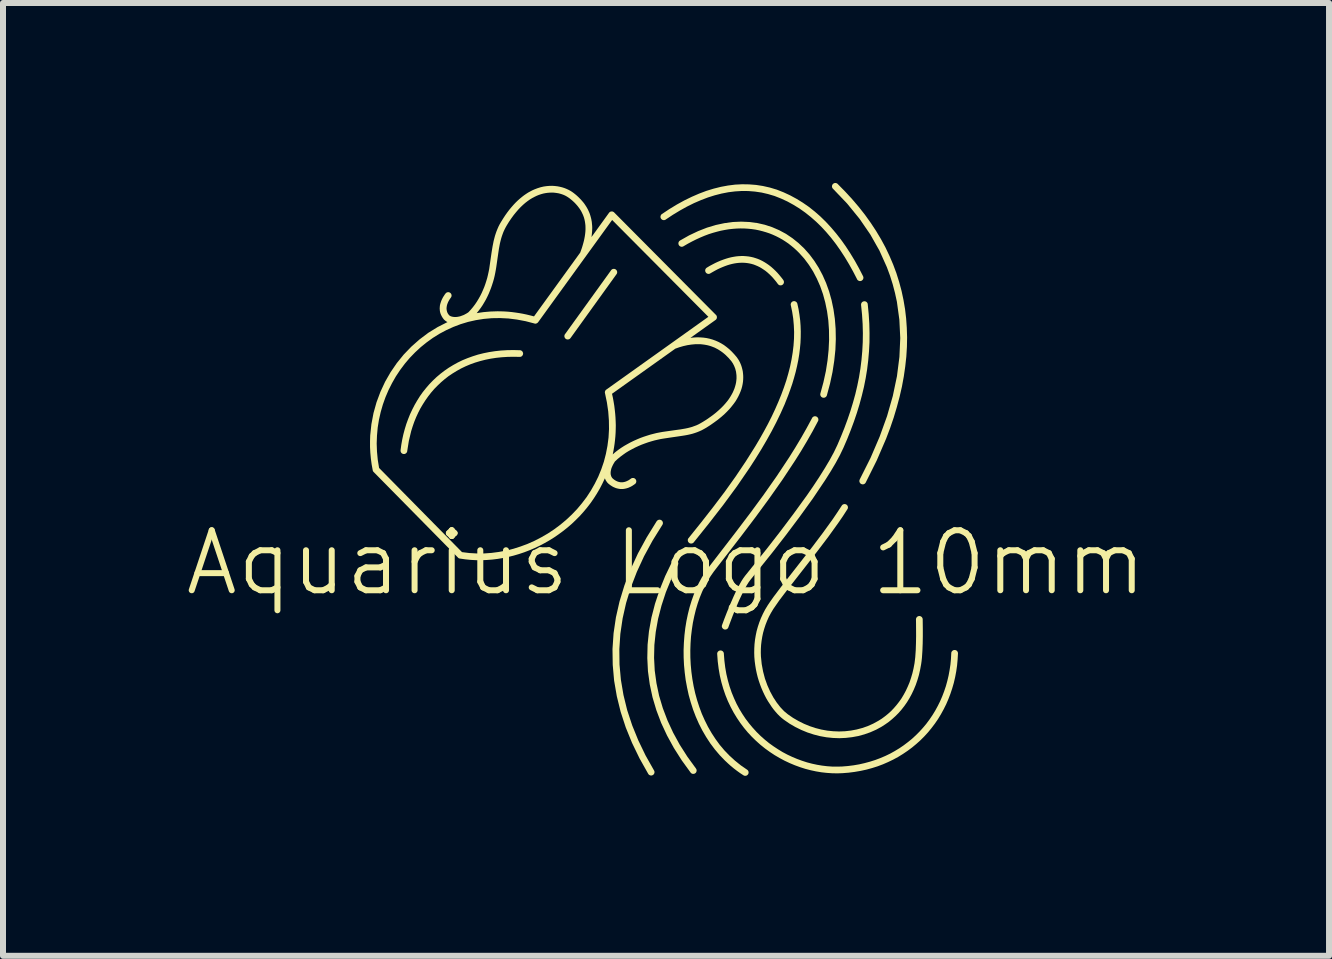
<source format=kicad_pcb>
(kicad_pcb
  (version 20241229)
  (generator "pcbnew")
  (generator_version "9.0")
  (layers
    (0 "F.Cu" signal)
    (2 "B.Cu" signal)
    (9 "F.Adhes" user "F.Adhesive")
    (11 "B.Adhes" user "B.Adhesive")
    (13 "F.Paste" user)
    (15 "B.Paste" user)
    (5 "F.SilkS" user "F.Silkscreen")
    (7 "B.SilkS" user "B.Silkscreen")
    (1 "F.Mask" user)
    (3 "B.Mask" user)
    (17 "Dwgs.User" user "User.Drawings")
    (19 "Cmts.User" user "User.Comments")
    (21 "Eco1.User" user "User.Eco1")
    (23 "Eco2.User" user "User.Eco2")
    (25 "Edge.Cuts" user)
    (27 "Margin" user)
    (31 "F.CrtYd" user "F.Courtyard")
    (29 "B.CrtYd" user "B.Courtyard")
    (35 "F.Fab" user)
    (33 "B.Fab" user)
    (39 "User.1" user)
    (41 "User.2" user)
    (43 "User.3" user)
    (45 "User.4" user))
  (footprint "Aquarius Logo 10mm"
    (layer "F.Cu")
    (at 8.02 4.91)
    (property "Reference" "Aquarius Logo 10mm" (at 0.03 1.42 0) (unlocked yes) (layer "F.SilkS") (effects (font (size 1 1) (thickness 0.1))))
    (fp_poly (pts (xy -0.838 -3.479) (xy -0.836 -3.479) (xy -0.833 -3.479) (xy -0.83 -3.478) (xy -0.828 -3.478) (xy -0.825 -3.477) (xy -0.822 -3.476) (xy -0.82 -3.475) (xy -0.817 -3.474) (xy -0.815 -3.473) (xy -0.812 -3.472) (xy -0.81 -3.47) (xy -0.807 -3.469) (xy -0.805 -3.467) (xy -0.803 -3.465) (xy -0.801 -3.463) (xy -0.799 -3.461) (xy -0.797 -3.459) (xy -0.795 -3.457) (xy -0.794 -3.455) (xy -0.792 -3.452) (xy -0.791 -3.45) (xy -0.79 -3.448) (xy -0.789 -3.445) (xy -0.788 -3.443) (xy -0.787 -3.44) (xy -0.786 -3.437) (xy -0.785 -3.435) (xy -0.785 -3.432) (xy -0.784 -3.429) (xy -0.784 -3.427) (xy -0.784 -3.424) (xy -0.784 -3.421) (xy -0.784 -3.419) (xy -0.785 -3.416) (xy -0.785 -3.413) (xy -0.785 -3.411) (xy -0.786 -3.408) (xy -0.787 -3.405) (xy -0.788 -3.403) (xy -0.789 -3.4) (xy -0.79 -3.398) (xy -0.792 -3.395) (xy -0.793 -3.393) (xy -0.795 -3.39) (xy -1.562 -2.325) (xy -1.564 -2.323) (xy -1.566 -2.321) (xy -1.568 -2.319) (xy -1.57 -2.317) (xy -1.572 -2.315) (xy -1.574 -2.313) (xy -1.576 -2.312) (xy -1.579 -2.31) (xy -1.581 -2.309) (xy -1.583 -2.308) (xy -1.586 -2.307) (xy -1.588 -2.306) (xy -1.591 -2.305) (xy -1.594 -2.304) (xy -1.596 -2.303) (xy -1.599 -2.303) (xy -1.602 -2.303) (xy -1.604 -2.302) (xy -1.607 -2.302) (xy -1.61 -2.302) (xy -1.612 -2.302) (xy -1.615 -2.303) (xy -1.618 -2.303) (xy -1.62 -2.304) (xy -1.623 -2.304) (xy -1.626 -2.305) (xy -1.628 -2.306) (xy -1.631 -2.307) (xy -1.633 -2.308) (xy -1.636 -2.31) (xy -1.638 -2.311) (xy -1.641 -2.313) (xy -1.643 -2.315) (xy -1.645 -2.316) (xy -1.647 -2.318) (xy -1.649 -2.32) (xy -1.651 -2.322) (xy -1.653 -2.325) (xy -1.654 -2.327) (xy -1.656 -2.329) (xy -1.657 -2.331) (xy -1.658 -2.334) (xy -1.659 -2.336) (xy -1.66 -2.339) (xy -1.661 -2.341) (xy -1.662 -2.344) (xy -1.663 -2.347) (xy -1.663 -2.349) (xy -1.663 -2.352) (xy -1.664 -2.355) (xy -1.664 -2.357) (xy -1.664 -2.36) (xy -1.664 -2.363) (xy -1.663 -2.365) (xy -1.663 -2.368) (xy -1.662 -2.371) (xy -1.662 -2.373) (xy -1.661 -2.376) (xy -1.66 -2.379) (xy -1.659 -2.381) (xy -1.658 -2.384) (xy -1.656 -2.386) (xy -1.655 -2.389) (xy -1.653 -2.391) (xy -0.885 -3.456) (xy -0.884 -3.458) (xy -0.882 -3.46) (xy -0.88 -3.462) (xy -0.878 -3.464) (xy -0.876 -3.466) (xy -0.874 -3.468) (xy -0.871 -3.47) (xy -0.869 -3.471) (xy -0.867 -3.472) (xy -0.864 -3.474) (xy -0.862 -3.475) (xy -0.859 -3.476) (xy -0.857 -3.477) (xy -0.854 -3.477) (xy -0.852 -3.478) (xy -0.849 -3.478) (xy -0.846 -3.479) (xy -0.844 -3.479) (xy -0.841 -3.479)) (stroke (width -0.000001) (type solid)) (fill yes) (layer "F.SilkS"))
    (fp_poly (pts (xy -0.076 0.701) (xy -0.073 0.702) (xy -0.07 0.702) (xy -0.068 0.702) (xy -0.065 0.703) (xy -0.062 0.704) (xy -0.06 0.704) (xy -0.057 0.705) (xy -0.054 0.706) (xy -0.052 0.708) (xy -0.049 0.709) (xy -0.047 0.711) (xy -0.045 0.712) (xy -0.042 0.714) (xy -0.04 0.716) (xy -0.038 0.718) (xy -0.036 0.72) (xy -0.035 0.722) (xy -0.033 0.724) (xy -0.031 0.726) (xy -0.03 0.729) (xy -0.029 0.731) (xy -0.027 0.733) (xy -0.026 0.736) (xy -0.025 0.738) (xy -0.024 0.741) (xy -0.024 0.743) (xy -0.023 0.746) (xy -0.023 0.749) (xy -0.022 0.751) (xy -0.022 0.754) (xy -0.022 0.757) (xy -0.022 0.759) (xy -0.022 0.762) (xy -0.022 0.765) (xy -0.023 0.768) (xy -0.023 0.77) (xy -0.024 0.773) (xy -0.025 0.775) (xy -0.026 0.778) (xy -0.027 0.781) (xy -0.028 0.783) (xy -0.03 0.786) (xy -0.031 0.788) (xy -0.194 1.05) (xy -0.336 1.311) (xy -0.456 1.571) (xy -0.556 1.83) (xy -0.635 2.089) (xy -0.693 2.346) (xy -0.731 2.603) (xy -0.748 2.859) (xy -0.745 3.115) (xy -0.722 3.369) (xy -0.679 3.623) (xy -0.617 3.876) (xy -0.534 4.128) (xy -0.432 4.379) (xy -0.311 4.63) (xy -0.17 4.88) (xy -0.169 4.882) (xy -0.167 4.885) (xy -0.166 4.888) (xy -0.165 4.89) (xy -0.164 4.893) (xy -0.164 4.895) (xy -0.163 4.898) (xy -0.162 4.901) (xy -0.162 4.904) (xy -0.162 4.906) (xy -0.162 4.909) (xy -0.162 4.912) (xy -0.162 4.914) (xy -0.163 4.917) (xy -0.163 4.92) (xy -0.164 4.922) (xy -0.164 4.925) (xy -0.165 4.927) (xy -0.166 4.93) (xy -0.167 4.932) (xy -0.168 4.935) (xy -0.17 4.937) (xy -0.171 4.939) (xy -0.173 4.942) (xy -0.174 4.944) (xy -0.176 4.946) (xy -0.178 4.948) (xy -0.18 4.95) (xy -0.182 4.952) (xy -0.184 4.954) (xy -0.187 4.955) (xy -0.189 4.957) (xy -0.192 4.958) (xy -0.194 4.959) (xy -0.197 4.961) (xy -0.199 4.962) (xy -0.202 4.962) (xy -0.205 4.963) (xy -0.207 4.964) (xy -0.21 4.964) (xy -0.213 4.964) (xy -0.215 4.965) (xy -0.218 4.965) (xy -0.221 4.965) (xy -0.223 4.964) (xy -0.226 4.964) (xy -0.229 4.964) (xy -0.231 4.963) (xy -0.234 4.962) (xy -0.236 4.962) (xy -0.239 4.961) (xy -0.241 4.959) (xy -0.244 4.958) (xy -0.246 4.957) (xy -0.249 4.956) (xy -0.251 4.954) (xy -0.253 4.952) (xy -0.255 4.951) (xy -0.257 4.949) (xy -0.259 4.947) (xy -0.261 4.945) (xy -0.263 4.942) (xy -0.264 4.94) (xy -0.266 4.938) (xy -0.411 4.68) (xy -0.536 4.422) (xy -0.641 4.164) (xy -0.726 3.904) (xy -0.79 3.644) (xy -0.835 3.383) (xy -0.858 3.121) (xy -0.862 2.858) (xy -0.844 2.594) (xy -0.805 2.33) (xy -0.745 2.065) (xy -0.664 1.799) (xy -0.562 1.532) (xy -0.438 1.264) (xy -0.292 0.996) (xy -0.125 0.726) (xy -0.123 0.724) (xy -0.121 0.722) (xy -0.119 0.72) (xy -0.117 0.718) (xy -0.115 0.716) (xy -0.113 0.714) (xy -0.111 0.712) (xy -0.109 0.711) (xy -0.107 0.709) (xy -0.104 0.708) (xy -0.102 0.707) (xy -0.099 0.706) (xy -0.097 0.705) (xy -0.094 0.704) (xy -0.092 0.703) (xy -0.089 0.702) (xy -0.086 0.702) (xy -0.084 0.702) (xy -0.081 0.701) (xy -0.078 0.701)) (stroke (width -0.000001) (type solid)) (fill yes) (layer "F.SilkS"))
    (fp_poly (pts (xy 0.18 1.375) (xy 0.183 1.375) (xy 0.185 1.376) (xy 0.188 1.376) (xy 0.191 1.377) (xy 0.193 1.377) (xy 0.196 1.378) (xy 0.199 1.379) (xy 0.201 1.38) (xy 0.204 1.381) (xy 0.206 1.383) (xy 0.209 1.384) (xy 0.211 1.386) (xy 0.213 1.388) (xy 0.216 1.389) (xy 0.218 1.391) (xy 0.219 1.393) (xy 0.221 1.395) (xy 0.223 1.397) (xy 0.225 1.4) (xy 0.226 1.402) (xy 0.227 1.404) (xy 0.229 1.407) (xy 0.23 1.409) (xy 0.231 1.411) (xy 0.232 1.414) (xy 0.232 1.417) (xy 0.233 1.419) (xy 0.234 1.422) (xy 0.234 1.424) (xy 0.234 1.427) (xy 0.234 1.43) (xy 0.234 1.433) (xy 0.234 1.435) (xy 0.234 1.438) (xy 0.233 1.441) (xy 0.233 1.443) (xy 0.232 1.446) (xy 0.231 1.449) (xy 0.23 1.451) (xy 0.229 1.454) (xy 0.228 1.457) (xy 0.12 1.684) (xy 0.028 1.909) (xy -0.045 2.132) (xy -0.102 2.353) (xy -0.141 2.572) (xy -0.164 2.789) (xy -0.169 3.003) (xy -0.158 3.216) (xy -0.129 3.427) (xy -0.085 3.636) (xy -0.023 3.843) (xy 0.055 4.048) (xy 0.149 4.251) (xy 0.259 4.452) (xy 0.386 4.651) (xy 0.529 4.848) (xy 0.53 4.85) (xy 0.532 4.853) (xy 0.533 4.855) (xy 0.535 4.858) (xy 0.536 4.86) (xy 0.537 4.863) (xy 0.538 4.865) (xy 0.538 4.868) (xy 0.539 4.871) (xy 0.54 4.873) (xy 0.54 4.876) (xy 0.54 4.879) (xy 0.54 4.881) (xy 0.54 4.884) (xy 0.54 4.887) (xy 0.54 4.889) (xy 0.539 4.892) (xy 0.539 4.895) (xy 0.538 4.897) (xy 0.537 4.9) (xy 0.536 4.902) (xy 0.535 4.905) (xy 0.534 4.907) (xy 0.533 4.91) (xy 0.532 4.912) (xy 0.53 4.914) (xy 0.528 4.917) (xy 0.527 4.919) (xy 0.525 4.921) (xy 0.523 4.923) (xy 0.521 4.925) (xy 0.518 4.926) (xy 0.516 4.928) (xy 0.514 4.93) (xy 0.511 4.931) (xy 0.509 4.932) (xy 0.506 4.934) (xy 0.504 4.935) (xy 0.501 4.935) (xy 0.498 4.936) (xy 0.496 4.937) (xy 0.493 4.937) (xy 0.49 4.938) (xy 0.488 4.938) (xy 0.485 4.938) (xy 0.482 4.938) (xy 0.48 4.938) (xy 0.477 4.938) (xy 0.474 4.937) (xy 0.472 4.937) (xy 0.469 4.936) (xy 0.467 4.935) (xy 0.464 4.934) (xy 0.462 4.933) (xy 0.459 4.932) (xy 0.457 4.931) (xy 0.454 4.929) (xy 0.452 4.928) (xy 0.45 4.926) (xy 0.448 4.924) (xy 0.446 4.923) (xy 0.444 4.921) (xy 0.442 4.918) (xy 0.44 4.916) (xy 0.292 4.712) (xy 0.161 4.506) (xy 0.047 4.298) (xy -0.051 4.088) (xy -0.131 3.876) (xy -0.195 3.661) (xy -0.241 3.445) (xy -0.271 3.227) (xy -0.282 3.007) (xy -0.277 2.784) (xy -0.254 2.56) (xy -0.213 2.333) (xy -0.154 2.104) (xy -0.078 1.874) (xy 0.016 1.641) (xy 0.129 1.406) (xy 0.13 1.403) (xy 0.131 1.401) (xy 0.133 1.398) (xy 0.135 1.396) (xy 0.137 1.394) (xy 0.138 1.392) (xy 0.14 1.39) (xy 0.142 1.388) (xy 0.145 1.386) (xy 0.147 1.385) (xy 0.149 1.383) (xy 0.151 1.382) (xy 0.154 1.381) (xy 0.156 1.38) (xy 0.159 1.379) (xy 0.161 1.378) (xy 0.164 1.377) (xy 0.166 1.376) (xy 0.169 1.376) (xy 0.172 1.376) (xy 0.174 1.375) (xy 0.177 1.375)) (stroke (width -0.000001) (type solid)) (fill yes) (layer "F.SilkS"))
    (fp_poly (pts (xy 2.854 -4.91) (xy 2.857 -4.91) (xy 2.859 -4.91) (xy 2.862 -4.909) (xy 2.865 -4.909) (xy 2.867 -4.908) (xy 2.87 -4.907) (xy 2.872 -4.906) (xy 2.875 -4.905) (xy 2.877 -4.904) (xy 2.88 -4.903) (xy 2.882 -4.901) (xy 2.885 -4.9) (xy 2.887 -4.898) (xy 2.889 -4.896) (xy 2.891 -4.894) (xy 3.015 -4.768) (xy 3.132 -4.641) (xy 3.243 -4.511) (xy 3.346 -4.38) (xy 3.442 -4.246) (xy 3.531 -4.111) (xy 3.613 -3.974) (xy 3.688 -3.835) (xy 3.755 -3.694) (xy 3.816 -3.551) (xy 3.87 -3.406) (xy 3.916 -3.259) (xy 3.956 -3.11) (xy 3.988 -2.96) (xy 4.014 -2.807) (xy 4.032 -2.653) (xy 4.043 -2.496) (xy 4.048 -2.338) (xy 4.045 -2.177) (xy 4.035 -2.015) (xy 4.017 -1.851) (xy 3.993 -1.685) (xy 3.962 -1.517) (xy 3.923 -1.347) (xy 3.877 -1.175) (xy 3.825 -1.001) (xy 3.765 -0.825) (xy 3.698 -0.648) (xy 3.542 -0.286) (xy 3.358 0.083) (xy 3.357 0.085) (xy 3.355 0.088) (xy 3.353 0.09) (xy 3.352 0.092) (xy 3.35 0.094) (xy 3.348 0.096) (xy 3.346 0.098) (xy 3.344 0.1) (xy 3.342 0.101) (xy 3.34 0.103) (xy 3.337 0.104) (xy 3.335 0.106) (xy 3.332 0.107) (xy 3.33 0.108) (xy 3.328 0.109) (xy 3.325 0.11) (xy 3.322 0.111) (xy 3.32 0.111) (xy 3.317 0.112) (xy 3.314 0.112) (xy 3.312 0.112) (xy 3.309 0.112) (xy 3.306 0.112) (xy 3.304 0.112) (xy 3.301 0.112) (xy 3.298 0.111) (xy 3.296 0.111) (xy 3.293 0.11) (xy 3.29 0.109) (xy 3.288 0.108) (xy 3.285 0.107) (xy 3.282 0.106) (xy 3.28 0.104) (xy 3.277 0.103) (xy 3.275 0.101) (xy 3.273 0.099) (xy 3.271 0.098) (xy 3.269 0.096) (xy 3.267 0.094) (xy 3.265 0.092) (xy 3.264 0.089) (xy 3.262 0.087) (xy 3.261 0.085) (xy 3.259 0.083) (xy 3.258 0.08) (xy 3.257 0.078) (xy 3.256 0.075) (xy 3.255 0.073) (xy 3.254 0.07) (xy 3.254 0.067) (xy 3.253 0.065) (xy 3.253 0.062) (xy 3.253 0.059) (xy 3.253 0.057) (xy 3.253 0.054) (xy 3.253 0.051) (xy 3.253 0.049) (xy 3.254 0.046) (xy 3.254 0.043) (xy 3.255 0.041) (xy 3.256 0.038) (xy 3.257 0.035) (xy 3.258 0.033) (xy 3.259 0.03) (xy 3.439 -0.329) (xy 3.59 -0.681) (xy 3.714 -1.025) (xy 3.81 -1.361) (xy 3.879 -1.69) (xy 3.92 -2.012) (xy 3.934 -2.326) (xy 3.919 -2.632) (xy 3.878 -2.931) (xy 3.846 -3.078) (xy 3.808 -3.223) (xy 3.763 -3.366) (xy 3.711 -3.507) (xy 3.587 -3.783) (xy 3.435 -4.052) (xy 3.255 -4.314) (xy 3.048 -4.568) (xy 2.813 -4.814) (xy 2.811 -4.816) (xy 2.809 -4.818) (xy 2.807 -4.82) (xy 2.806 -4.823) (xy 2.804 -4.825) (xy 2.803 -4.827) (xy 2.802 -4.83) (xy 2.8 -4.832) (xy 2.799 -4.835) (xy 2.799 -4.838) (xy 2.798 -4.84) (xy 2.797 -4.843) (xy 2.797 -4.845) (xy 2.796 -4.848) (xy 2.796 -4.851) (xy 2.796 -4.853) (xy 2.796 -4.856) (xy 2.796 -4.859) (xy 2.797 -4.861) (xy 2.797 -4.864) (xy 2.798 -4.867) (xy 2.798 -4.869) (xy 2.799 -4.872) (xy 2.8 -4.875) (xy 2.801 -4.877) (xy 2.802 -4.88) (xy 2.804 -4.882) (xy 2.805 -4.884) (xy 2.807 -4.887) (xy 2.808 -4.889) (xy 2.81 -4.891) (xy 2.812 -4.893) (xy 2.814 -4.895) (xy 2.816 -4.897) (xy 2.818 -4.899) (xy 2.821 -4.9) (xy 2.823 -4.902) (xy 2.825 -4.903) (xy 2.828 -4.905) (xy 2.83 -4.906) (xy 2.833 -4.907) (xy 2.835 -4.908) (xy 2.838 -4.908) (xy 2.841 -4.909) (xy 2.843 -4.909) (xy 2.846 -4.91) (xy 2.849 -4.91) (xy 2.851 -4.91)) (stroke (width -0.000001) (type solid)) (fill yes) (layer "F.SilkS"))
    (fp_poly (pts (xy 2.168 -2.941) (xy 2.171 -2.941) (xy 2.173 -2.94) (xy 2.176 -2.94) (xy 2.179 -2.939) (xy 2.181 -2.938) (xy 2.184 -2.937) (xy 2.186 -2.936) (xy 2.189 -2.935) (xy 2.191 -2.934) (xy 2.193 -2.933) (xy 2.196 -2.931) (xy 2.198 -2.93) (xy 2.2 -2.928) (xy 2.202 -2.926) (xy 2.204 -2.924) (xy 2.206 -2.922) (xy 2.208 -2.92) (xy 2.209 -2.918) (xy 2.211 -2.916) (xy 2.212 -2.914) (xy 2.214 -2.911) (xy 2.215 -2.909) (xy 2.216 -2.906) (xy 2.217 -2.904) (xy 2.218 -2.901) (xy 2.219 -2.898) (xy 2.239 -2.807) (xy 2.254 -2.714) (xy 2.266 -2.621) (xy 2.273 -2.528) (xy 2.276 -2.434) (xy 2.275 -2.339) (xy 2.271 -2.244) (xy 2.262 -2.149) (xy 2.25 -2.053) (xy 2.234 -1.956) (xy 2.214 -1.859) (xy 2.191 -1.761) (xy 2.164 -1.663) (xy 2.135 -1.565) (xy 2.101 -1.466) (xy 2.065 -1.367) (xy 2.006 -1.219) (xy 1.94 -1.071) (xy 1.868 -0.922) (xy 1.79 -0.772) (xy 1.706 -0.621) (xy 1.617 -0.469) (xy 1.523 -0.317) (xy 1.424 -0.164) (xy 1.213 0.144) (xy 0.985 0.454) (xy 0.744 0.765) (xy 0.492 1.079) (xy 0.49 1.081) (xy 0.488 1.083) (xy 0.486 1.085) (xy 0.484 1.087) (xy 0.482 1.088) (xy 0.48 1.09) (xy 0.477 1.091) (xy 0.475 1.093) (xy 0.473 1.094) (xy 0.47 1.095) (xy 0.468 1.096) (xy 0.465 1.097) (xy 0.462 1.097) (xy 0.46 1.098) (xy 0.457 1.098) (xy 0.454 1.099) (xy 0.452 1.099) (xy 0.449 1.099) (xy 0.446 1.099) (xy 0.444 1.099) (xy 0.441 1.098) (xy 0.438 1.098) (xy 0.436 1.097) (xy 0.433 1.097) (xy 0.43 1.096) (xy 0.428 1.095) (xy 0.425 1.094) (xy 0.423 1.093) (xy 0.42 1.091) (xy 0.418 1.09) (xy 0.416 1.088) (xy 0.413 1.086) (xy 0.411 1.084) (xy 0.409 1.082) (xy 0.407 1.08) (xy 0.405 1.078) (xy 0.404 1.076) (xy 0.402 1.074) (xy 0.401 1.072) (xy 0.399 1.069) (xy 0.398 1.067) (xy 0.397 1.064) (xy 0.396 1.062) (xy 0.395 1.059) (xy 0.395 1.057) (xy 0.394 1.054) (xy 0.394 1.051) (xy 0.393 1.049) (xy 0.393 1.046) (xy 0.393 1.043) (xy 0.393 1.041) (xy 0.393 1.038) (xy 0.393 1.035) (xy 0.394 1.032) (xy 0.395 1.03) (xy 0.395 1.027) (xy 0.396 1.025) (xy 0.397 1.022) (xy 0.398 1.02) (xy 0.399 1.017) (xy 0.401 1.015) (xy 0.402 1.012) (xy 0.404 1.01) (xy 0.406 1.008) (xy 0.614 0.749) (xy 0.815 0.492) (xy 1.008 0.237) (xy 1.19 -0.018) (xy 1.36 -0.271) (xy 1.518 -0.522) (xy 1.592 -0.647) (xy 1.662 -0.771) (xy 1.729 -0.895) (xy 1.791 -1.018) (xy 1.848 -1.139) (xy 1.901 -1.26) (xy 1.95 -1.38) (xy 1.994 -1.499) (xy 2.034 -1.617) (xy 2.068 -1.735) (xy 2.098 -1.852) (xy 2.122 -1.969) (xy 2.141 -2.084) (xy 2.155 -2.199) (xy 2.163 -2.313) (xy 2.165 -2.427) (xy 2.16 -2.539) (xy 2.15 -2.651) (xy 2.133 -2.762) (xy 2.11 -2.872) (xy 2.109 -2.875) (xy 2.109 -2.877) (xy 2.109 -2.88) (xy 2.108 -2.883) (xy 2.108 -2.886) (xy 2.108 -2.889) (xy 2.109 -2.891) (xy 2.109 -2.894) (xy 2.11 -2.897) (xy 2.11 -2.899) (xy 2.111 -2.902) (xy 2.112 -2.904) (xy 2.113 -2.907) (xy 2.114 -2.909) (xy 2.115 -2.912) (xy 2.117 -2.914) (xy 2.118 -2.916) (xy 2.12 -2.919) (xy 2.121 -2.921) (xy 2.123 -2.923) (xy 2.125 -2.925) (xy 2.127 -2.926) (xy 2.129 -2.928) (xy 2.131 -2.93) (xy 2.133 -2.932) (xy 2.136 -2.933) (xy 2.138 -2.934) (xy 2.14 -2.936) (xy 2.143 -2.937) (xy 2.146 -2.938) (xy 2.148 -2.939) (xy 2.151 -2.939) (xy 2.154 -2.94) (xy 2.157 -2.94) (xy 2.16 -2.941) (xy 2.162 -2.941) (xy 2.165 -2.941)) (stroke (width -0.000001) (type solid)) (fill yes) (layer "F.SilkS"))
    (fp_poly (pts (xy -2.405 -2.123) (xy -2.403 -2.123) (xy -2.4 -2.123) (xy -2.397 -2.122) (xy -2.394 -2.122) (xy -2.392 -2.121) (xy -2.389 -2.12) (xy -2.386 -2.119) (xy -2.384 -2.118) (xy -2.381 -2.117) (xy -2.379 -2.115) (xy -2.377 -2.114) (xy -2.375 -2.112) (xy -2.373 -2.111) (xy -2.371 -2.109) (xy -2.369 -2.107) (xy -2.367 -2.105) (xy -2.365 -2.103) (xy -2.363 -2.101) (xy -2.362 -2.099) (xy -2.36 -2.097) (xy -2.359 -2.094) (xy -2.358 -2.092) (xy -2.357 -2.089) (xy -2.356 -2.087) (xy -2.355 -2.084) (xy -2.354 -2.082) (xy -2.353 -2.079) (xy -2.353 -2.076) (xy -2.352 -2.073) (xy -2.352 -2.071) (xy -2.352 -2.068) (xy -2.352 -2.065) (xy -2.352 -2.062) (xy -2.353 -2.059) (xy -2.353 -2.056) (xy -2.354 -2.054) (xy -2.355 -2.051) (xy -2.355 -2.048) (xy -2.356 -2.046) (xy -2.358 -2.043) (xy -2.359 -2.041) (xy -2.36 -2.039) (xy -2.362 -2.036) (xy -2.363 -2.034) (xy -2.365 -2.032) (xy -2.367 -2.03) (xy -2.368 -2.028) (xy -2.37 -2.026) (xy -2.372 -2.024) (xy -2.374 -2.023) (xy -2.377 -2.021) (xy -2.379 -2.02) (xy -2.381 -2.018) (xy -2.384 -2.017) (xy -2.386 -2.016) (xy -2.389 -2.015) (xy -2.391 -2.014) (xy -2.394 -2.013) (xy -2.397 -2.013) (xy -2.399 -2.012) (xy -2.402 -2.012) (xy -2.405 -2.012) (xy -2.408 -2.012) (xy -2.411 -2.012) (xy -2.512 -2.014) (xy -2.611 -2.012) (xy -2.708 -2.006) (xy -2.802 -1.996) (xy -2.893 -1.982) (xy -2.982 -1.964) (xy -3.068 -1.942) (xy -3.151 -1.917) (xy -3.232 -1.888) (xy -3.31 -1.855) (xy -3.385 -1.819) (xy -3.457 -1.779) (xy -3.527 -1.736) (xy -3.594 -1.691) (xy -3.657 -1.642) (xy -3.718 -1.59) (xy -3.776 -1.535) (xy -3.832 -1.478) (xy -3.884 -1.418) (xy -3.933 -1.355) (xy -3.979 -1.29) (xy -4.022 -1.223) (xy -4.063 -1.154) (xy -4.1 -1.082) (xy -4.134 -1.008) (xy -4.165 -0.932) (xy -4.192 -0.855) (xy -4.217 -0.775) (xy -4.256 -0.612) (xy -4.283 -0.443) (xy -4.283 -0.44) (xy -4.284 -0.437) (xy -4.285 -0.434) (xy -4.285 -0.432) (xy -4.286 -0.429) (xy -4.287 -0.426) (xy -4.288 -0.424) (xy -4.29 -0.422) (xy -4.291 -0.419) (xy -4.293 -0.417) (xy -4.294 -0.415) (xy -4.296 -0.413) (xy -4.298 -0.411) (xy -4.3 -0.409) (xy -4.302 -0.407) (xy -4.304 -0.405) (xy -4.306 -0.404) (xy -4.308 -0.402) (xy -4.31 -0.401) (xy -4.313 -0.399) (xy -4.315 -0.398) (xy -4.318 -0.397) (xy -4.32 -0.396) (xy -4.323 -0.395) (xy -4.325 -0.395) (xy -4.328 -0.394) (xy -4.331 -0.394) (xy -4.334 -0.393) (xy -4.336 -0.393) (xy -4.339 -0.393) (xy -4.342 -0.393) (xy -4.345 -0.394) (xy -4.348 -0.394) (xy -4.351 -0.395) (xy -4.353 -0.395) (xy -4.356 -0.396) (xy -4.359 -0.397) (xy -4.361 -0.398) (xy -4.364 -0.399) (xy -4.366 -0.4) (xy -4.368 -0.402) (xy -4.371 -0.403) (xy -4.373 -0.405) (xy -4.375 -0.407) (xy -4.377 -0.409) (xy -4.379 -0.41) (xy -4.381 -0.412) (xy -4.382 -0.414) (xy -4.384 -0.417) (xy -4.385 -0.419) (xy -4.387 -0.421) (xy -4.388 -0.423) (xy -4.389 -0.426) (xy -4.39 -0.428) (xy -4.391 -0.431) (xy -4.392 -0.434) (xy -4.393 -0.436) (xy -4.393 -0.439) (xy -4.394 -0.442) (xy -4.394 -0.444) (xy -4.394 -0.447) (xy -4.394 -0.45) (xy -4.394 -0.453) (xy -4.394 -0.456) (xy -4.382 -0.546) (xy -4.366 -0.636) (xy -4.347 -0.723) (xy -4.324 -0.809) (xy -4.298 -0.894) (xy -4.268 -0.976) (xy -4.236 -1.056) (xy -4.199 -1.135) (xy -4.16 -1.211) (xy -4.117 -1.285) (xy -4.072 -1.357) (xy -4.023 -1.426) (xy -3.97 -1.492) (xy -3.915 -1.556) (xy -3.856 -1.617) (xy -3.795 -1.675) (xy -3.73 -1.73) (xy -3.662 -1.782) (xy -3.591 -1.831) (xy -3.517 -1.876) (xy -3.441 -1.918) (xy -3.361 -1.957) (xy -3.278 -1.991) (xy -3.192 -2.022) (xy -3.104 -2.05) (xy -3.012 -2.073) (xy -2.918 -2.092) (xy -2.821 -2.107) (xy -2.721 -2.118) (xy -2.619 -2.124) (xy -2.513 -2.126)) (stroke (width -0.000001) (type solid)) (fill yes) (layer "F.SilkS"))
    (fp_poly (pts (xy 1.324 -3.693) (xy 1.364 -3.69) (xy 1.404 -3.686) (xy 1.444 -3.679) (xy 1.484 -3.67) (xy 1.523 -3.658) (xy 1.561 -3.645) (xy 1.599 -3.629) (xy 1.637 -3.61) (xy 1.674 -3.589) (xy 1.71 -3.566) (xy 1.746 -3.541) (xy 1.782 -3.513) (xy 1.817 -3.482) (xy 1.852 -3.449) (xy 1.886 -3.414) (xy 1.919 -3.376) (xy 1.952 -3.336) (xy 1.985 -3.293) (xy 1.986 -3.29) (xy 1.988 -3.288) (xy 1.989 -3.285) (xy 1.99 -3.283) (xy 1.991 -3.28) (xy 1.992 -3.278) (xy 1.993 -3.275) (xy 1.994 -3.273) (xy 1.994 -3.27) (xy 1.995 -3.267) (xy 1.995 -3.265) (xy 1.995 -3.262) (xy 1.995 -3.259) (xy 1.995 -3.256) (xy 1.995 -3.254) (xy 1.995 -3.251) (xy 1.994 -3.248) (xy 1.994 -3.246) (xy 1.993 -3.243) (xy 1.992 -3.241) (xy 1.991 -3.238) (xy 1.99 -3.236) (xy 1.989 -3.233) (xy 1.987 -3.231) (xy 1.986 -3.229) (xy 1.984 -3.226) (xy 1.982 -3.224) (xy 1.981 -3.222) (xy 1.979 -3.22) (xy 1.977 -3.218) (xy 1.974 -3.216) (xy 1.972 -3.215) (xy 1.97 -3.213) (xy 1.967 -3.211) (xy 1.965 -3.21) (xy 1.962 -3.209) (xy 1.96 -3.208) (xy 1.957 -3.207) (xy 1.955 -3.206) (xy 1.952 -3.205) (xy 1.949 -3.205) (xy 1.947 -3.204) (xy 1.944 -3.204) (xy 1.941 -3.204) (xy 1.939 -3.204) (xy 1.936 -3.204) (xy 1.933 -3.204) (xy 1.931 -3.205) (xy 1.928 -3.205) (xy 1.925 -3.206) (xy 1.923 -3.206) (xy 1.92 -3.207) (xy 1.918 -3.208) (xy 1.915 -3.209) (xy 1.913 -3.211) (xy 1.91 -3.212) (xy 1.908 -3.213) (xy 1.906 -3.215) (xy 1.904 -3.217) (xy 1.902 -3.219) (xy 1.9 -3.22) (xy 1.898 -3.223) (xy 1.896 -3.225) (xy 1.894 -3.227) (xy 1.866 -3.265) (xy 1.837 -3.3) (xy 1.808 -3.334) (xy 1.778 -3.365) (xy 1.748 -3.394) (xy 1.718 -3.421) (xy 1.687 -3.446) (xy 1.655 -3.468) (xy 1.623 -3.489) (xy 1.591 -3.508) (xy 1.558 -3.524) (xy 1.525 -3.538) (xy 1.492 -3.551) (xy 1.458 -3.561) (xy 1.423 -3.569) (xy 1.388 -3.575) (xy 1.353 -3.579) (xy 1.316 -3.581) (xy 1.28 -3.581) (xy 1.243 -3.579) (xy 1.206 -3.575) (xy 1.168 -3.569) (xy 1.13 -3.561) (xy 1.091 -3.551) (xy 1.052 -3.539) (xy 1.013 -3.525) (xy 0.973 -3.509) (xy 0.933 -3.492) (xy 0.892 -3.473) (xy 0.851 -3.451) (xy 0.81 -3.428) (xy 0.768 -3.404) (xy 0.766 -3.402) (xy 0.763 -3.401) (xy 0.761 -3.4) (xy 0.758 -3.399) (xy 0.755 -3.398) (xy 0.753 -3.397) (xy 0.75 -3.396) (xy 0.747 -3.396) (xy 0.745 -3.396) (xy 0.742 -3.395) (xy 0.739 -3.395) (xy 0.737 -3.395) (xy 0.734 -3.396) (xy 0.731 -3.396) (xy 0.729 -3.396) (xy 0.726 -3.397) (xy 0.723 -3.398) (xy 0.721 -3.398) (xy 0.718 -3.399) (xy 0.716 -3.4) (xy 0.713 -3.402) (xy 0.711 -3.403) (xy 0.709 -3.404) (xy 0.706 -3.406) (xy 0.704 -3.407) (xy 0.702 -3.409) (xy 0.7 -3.411) (xy 0.698 -3.413) (xy 0.696 -3.415) (xy 0.695 -3.417) (xy 0.693 -3.42) (xy 0.691 -3.422) (xy 0.69 -3.425) (xy 0.689 -3.427) (xy 0.687 -3.43) (xy 0.686 -3.432) (xy 0.686 -3.435) (xy 0.685 -3.438) (xy 0.684 -3.44) (xy 0.684 -3.443) (xy 0.683 -3.446) (xy 0.683 -3.448) (xy 0.683 -3.451) (xy 0.683 -3.454) (xy 0.683 -3.456) (xy 0.684 -3.459) (xy 0.684 -3.462) (xy 0.685 -3.464) (xy 0.685 -3.467) (xy 0.686 -3.47) (xy 0.687 -3.472) (xy 0.688 -3.475) (xy 0.689 -3.477) (xy 0.691 -3.479) (xy 0.692 -3.482) (xy 0.694 -3.484) (xy 0.695 -3.486) (xy 0.697 -3.488) (xy 0.699 -3.49) (xy 0.701 -3.492) (xy 0.703 -3.494) (xy 0.705 -3.496) (xy 0.707 -3.497) (xy 0.71 -3.499) (xy 0.756 -3.527) (xy 0.803 -3.552) (xy 0.849 -3.576) (xy 0.894 -3.597) (xy 0.939 -3.616) (xy 0.984 -3.633) (xy 1.028 -3.648) (xy 1.071 -3.661) (xy 1.115 -3.672) (xy 1.157 -3.68) (xy 1.2 -3.687) (xy 1.242 -3.691) (xy 1.283 -3.693)) (stroke (width -0.000001) (type solid)) (fill yes) (layer "F.SilkS"))
    (fp_poly (pts (xy 1.416 -4.887) (xy 1.531 -4.878) (xy 1.646 -4.86) (xy 1.761 -4.834) (xy 1.874 -4.8) (xy 1.875 -4.8) (xy 1.989 -4.755) (xy 2.099 -4.704) (xy 2.206 -4.646) (xy 2.31 -4.582) (xy 2.411 -4.512) (xy 2.508 -4.435) (xy 2.602 -4.353) (xy 2.693 -4.264) (xy 2.78 -4.17) (xy 2.865 -4.07) (xy 2.947 -3.965) (xy 3.026 -3.854) (xy 3.102 -3.737) (xy 3.176 -3.615) (xy 3.246 -3.489) (xy 3.314 -3.357) (xy 3.315 -3.354) (xy 3.316 -3.351) (xy 3.317 -3.349) (xy 3.318 -3.346) (xy 3.319 -3.343) (xy 3.319 -3.341) (xy 3.319 -3.338) (xy 3.32 -3.335) (xy 3.32 -3.332) (xy 3.32 -3.33) (xy 3.32 -3.327) (xy 3.319 -3.324) (xy 3.319 -3.322) (xy 3.318 -3.319) (xy 3.318 -3.316) (xy 3.317 -3.314) (xy 3.316 -3.311) (xy 3.315 -3.309) (xy 3.314 -3.306) (xy 3.312 -3.304) (xy 3.311 -3.302) (xy 3.309 -3.299) (xy 3.308 -3.297) (xy 3.306 -3.295) (xy 3.304 -3.293) (xy 3.302 -3.291) (xy 3.3 -3.289) (xy 3.298 -3.288) (xy 3.296 -3.286) (xy 3.294 -3.284) (xy 3.291 -3.283) (xy 3.289 -3.282) (xy 3.286 -3.28) (xy 3.283 -3.279) (xy 3.281 -3.278) (xy 3.278 -3.278) (xy 3.275 -3.277) (xy 3.273 -3.276) (xy 3.27 -3.276) (xy 3.267 -3.276) (xy 3.264 -3.276) (xy 3.262 -3.276) (xy 3.259 -3.276) (xy 3.256 -3.276) (xy 3.254 -3.277) (xy 3.251 -3.277) (xy 3.248 -3.278) (xy 3.246 -3.279) (xy 3.243 -3.28) (xy 3.241 -3.281) (xy 3.238 -3.282) (xy 3.236 -3.283) (xy 3.234 -3.285) (xy 3.232 -3.286) (xy 3.229 -3.288) (xy 3.227 -3.289) (xy 3.225 -3.291) (xy 3.223 -3.293) (xy 3.221 -3.295) (xy 3.22 -3.297) (xy 3.218 -3.3) (xy 3.216 -3.302) (xy 3.215 -3.304) (xy 3.214 -3.307) (xy 3.149 -3.433) (xy 3.081 -3.555) (xy 3.011 -3.672) (xy 2.938 -3.784) (xy 2.863 -3.891) (xy 2.785 -3.992) (xy 2.704 -4.088) (xy 2.62 -4.179) (xy 2.533 -4.264) (xy 2.443 -4.343) (xy 2.35 -4.417) (xy 2.254 -4.485) (xy 2.155 -4.546) (xy 2.053 -4.602) (xy 1.947 -4.651) (xy 1.838 -4.694) (xy 1.73 -4.726) (xy 1.622 -4.751) (xy 1.513 -4.767) (xy 1.403 -4.776) (xy 1.293 -4.777) (xy 1.181 -4.77) (xy 1.069 -4.756) (xy 0.956 -4.734) (xy 0.842 -4.705) (xy 0.728 -4.669) (xy 0.613 -4.625) (xy 0.497 -4.575) (xy 0.38 -4.517) (xy 0.263 -4.452) (xy 0.144 -4.38) (xy 0.025 -4.301) (xy 0.023 -4.299) (xy 0.021 -4.298) (xy 0.018 -4.297) (xy 0.016 -4.296) (xy 0.013 -4.294) (xy 0.01 -4.294) (xy 0.008 -4.293) (xy 0.005 -4.292) (xy 0.002 -4.292) (xy -0.000353 -4.291) (xy -0.003 -4.291) (xy -0.006 -4.291) (xy -0.008 -4.291) (xy -0.011 -4.291) (xy -0.014 -4.292) (xy -0.016 -4.292) (xy -0.019 -4.293) (xy -0.022 -4.293) (xy -0.024 -4.294) (xy -0.027 -4.295) (xy -0.029 -4.296) (xy -0.032 -4.297) (xy -0.034 -4.298) (xy -0.036 -4.3) (xy -0.039 -4.301) (xy -0.041 -4.303) (xy -0.043 -4.305) (xy -0.045 -4.307) (xy -0.047 -4.309) (xy -0.049 -4.311) (xy -0.051 -4.313) (xy -0.052 -4.315) (xy -0.054 -4.318) (xy -0.055 -4.32) (xy -0.057 -4.323) (xy -0.058 -4.325) (xy -0.059 -4.328) (xy -0.06 -4.33) (xy -0.061 -4.333) (xy -0.061 -4.336) (xy -0.062 -4.338) (xy -0.062 -4.341) (xy -0.062 -4.344) (xy -0.062 -4.346) (xy -0.062 -4.349) (xy -0.062 -4.352) (xy -0.062 -4.354) (xy -0.061 -4.357) (xy -0.061 -4.36) (xy -0.06 -4.362) (xy -0.059 -4.365) (xy -0.058 -4.367) (xy -0.057 -4.37) (xy -0.056 -4.372) (xy -0.055 -4.375) (xy -0.053 -4.377) (xy -0.052 -4.379) (xy -0.05 -4.382) (xy -0.049 -4.384) (xy -0.047 -4.386) (xy -0.045 -4.388) (xy -0.043 -4.39) (xy -0.04 -4.391) (xy -0.038 -4.393) (xy 0.087 -4.476) (xy 0.212 -4.552) (xy 0.336 -4.62) (xy 0.459 -4.68) (xy 0.581 -4.733) (xy 0.703 -4.779) (xy 0.824 -4.816) (xy 0.944 -4.846) (xy 1.063 -4.868) (xy 1.181 -4.883) (xy 1.299 -4.889)) (stroke (width -0.000001) (type solid)) (fill yes) (layer "F.SilkS"))
    (fp_poly (pts (xy 3.339 -2.939) (xy 3.341 -2.939) (xy 3.344 -2.939) (xy 3.347 -2.938) (xy 3.35 -2.938) (xy 3.352 -2.937) (xy 3.355 -2.936) (xy 3.357 -2.935) (xy 3.36 -2.934) (xy 3.362 -2.933) (xy 3.365 -2.932) (xy 3.367 -2.93) (xy 3.369 -2.929) (xy 3.371 -2.927) (xy 3.373 -2.925) (xy 3.375 -2.924) (xy 3.377 -2.922) (xy 3.379 -2.92) (xy 3.381 -2.918) (xy 3.382 -2.915) (xy 3.384 -2.913) (xy 3.385 -2.911) (xy 3.387 -2.908) (xy 3.388 -2.906) (xy 3.389 -2.903) (xy 3.39 -2.901) (xy 3.391 -2.898) (xy 3.391 -2.895) (xy 3.392 -2.893) (xy 3.392 -2.89) (xy 3.408 -2.726) (xy 3.418 -2.567) (xy 3.422 -2.409) (xy 3.421 -2.255) (xy 3.413 -2.103) (xy 3.4 -1.953) (xy 3.382 -1.805) (xy 3.358 -1.658) (xy 3.329 -1.512) (xy 3.294 -1.367) (xy 3.255 -1.222) (xy 3.211 -1.078) (xy 3.162 -0.934) (xy 3.108 -0.789) (xy 3.05 -0.643) (xy 2.987 -0.497) (xy 2.929 -0.376) (xy 2.859 -0.246) (xy 2.776 -0.106) (xy 2.684 0.04) (xy 2.478 0.347) (xy 2.252 0.66) (xy 2.022 0.966) (xy 1.8 1.252) (xy 1.435 1.706) (xy 1.406 1.746) (xy 1.376 1.794) (xy 1.345 1.849) (xy 1.313 1.909) (xy 1.252 2.038) (xy 1.195 2.171) (xy 1.144 2.295) (xy 1.105 2.398) (xy 1.069 2.495) (xy 1.068 2.498) (xy 1.067 2.5) (xy 1.066 2.503) (xy 1.064 2.505) (xy 1.063 2.508) (xy 1.061 2.51) (xy 1.059 2.512) (xy 1.058 2.514) (xy 1.056 2.516) (xy 1.054 2.518) (xy 1.052 2.52) (xy 1.05 2.521) (xy 1.047 2.523) (xy 1.045 2.524) (xy 1.043 2.526) (xy 1.04 2.527) (xy 1.038 2.528) (xy 1.035 2.529) (xy 1.033 2.53) (xy 1.03 2.53) (xy 1.028 2.531) (xy 1.025 2.531) (xy 1.022 2.532) (xy 1.02 2.532) (xy 1.017 2.532) (xy 1.014 2.532) (xy 1.011 2.532) (xy 1.009 2.532) (xy 1.006 2.531) (xy 1.003 2.531) (xy 1 2.53) (xy 0.998 2.529) (xy 0.995 2.528) (xy 0.992 2.527) (xy 0.99 2.525) (xy 0.987 2.524) (xy 0.985 2.522) (xy 0.983 2.521) (xy 0.981 2.519) (xy 0.979 2.517) (xy 0.977 2.515) (xy 0.975 2.514) (xy 0.973 2.511) (xy 0.971 2.509) (xy 0.97 2.507) (xy 0.968 2.505) (xy 0.967 2.503) (xy 0.966 2.5) (xy 0.965 2.498) (xy 0.964 2.495) (xy 0.963 2.493) (xy 0.962 2.49) (xy 0.961 2.487) (xy 0.961 2.485) (xy 0.961 2.482) (xy 0.96 2.479) (xy 0.96 2.477) (xy 0.96 2.474) (xy 0.961 2.471) (xy 0.961 2.468) (xy 0.961 2.466) (xy 0.962 2.463) (xy 0.963 2.46) (xy 0.964 2.457) (xy 1.001 2.357) (xy 1.043 2.249) (xy 1.096 2.12) (xy 1.156 1.982) (xy 1.188 1.913) (xy 1.221 1.847) (xy 1.254 1.784) (xy 1.286 1.727) (xy 1.318 1.677) (xy 1.349 1.635) (xy 1.709 1.187) (xy 1.929 0.904) (xy 2.157 0.601) (xy 2.381 0.292) (xy 2.486 0.139) (xy 2.585 -0.011) (xy 2.676 -0.156) (xy 2.758 -0.294) (xy 2.828 -0.423) (xy 2.885 -0.542) (xy 2.946 -0.685) (xy 3.003 -0.827) (xy 3.055 -0.968) (xy 3.103 -1.109) (xy 3.146 -1.25) (xy 3.185 -1.391) (xy 3.218 -1.532) (xy 3.247 -1.675) (xy 3.27 -1.818) (xy 3.288 -1.963) (xy 3.301 -2.109) (xy 3.309 -2.258) (xy 3.311 -2.408) (xy 3.307 -2.561) (xy 3.297 -2.717) (xy 3.281 -2.877) (xy 3.281 -2.88) (xy 3.281 -2.882) (xy 3.281 -2.885) (xy 3.281 -2.888) (xy 3.281 -2.891) (xy 3.282 -2.894) (xy 3.282 -2.896) (xy 3.283 -2.899) (xy 3.284 -2.901) (xy 3.285 -2.904) (xy 3.286 -2.906) (xy 3.287 -2.909) (xy 3.288 -2.911) (xy 3.29 -2.914) (xy 3.291 -2.916) (xy 3.293 -2.918) (xy 3.294 -2.92) (xy 3.296 -2.922) (xy 3.298 -2.924) (xy 3.3 -2.926) (xy 3.302 -2.927) (xy 3.304 -2.929) (xy 3.307 -2.93) (xy 3.309 -2.932) (xy 3.311 -2.933) (xy 3.314 -2.934) (xy 3.316 -2.935) (xy 3.319 -2.936) (xy 3.322 -2.937) (xy 3.324 -2.938) (xy 3.327 -2.938) (xy 3.33 -2.939) (xy 3.333 -2.939) (xy 3.336 -2.939)) (stroke (width -0.000001) (type solid)) (fill yes) (layer "F.SilkS"))
    (fp_poly (pts (xy 1.418 -4.26) (xy 1.55 -4.243) (xy 1.677 -4.214) (xy 1.799 -4.174) (xy 1.917 -4.123) (xy 2.03 -4.062) (xy 2.137 -3.99) (xy 2.238 -3.909) (xy 2.333 -3.819) (xy 2.42 -3.721) (xy 2.501 -3.613) (xy 2.574 -3.498) (xy 2.64 -3.374) (xy 2.698 -3.243) (xy 2.748 -3.104) (xy 2.789 -2.958) (xy 2.821 -2.805) (xy 2.844 -2.645) (xy 2.857 -2.479) (xy 2.86 -2.307) (xy 2.853 -2.13) (xy 2.834 -1.948) (xy 2.805 -1.76) (xy 2.764 -1.568) (xy 2.711 -1.371) (xy 2.71 -1.368) (xy 2.709 -1.365) (xy 2.708 -1.363) (xy 2.706 -1.36) (xy 2.705 -1.358) (xy 2.703 -1.356) (xy 2.702 -1.353) (xy 2.7 -1.351) (xy 2.698 -1.349) (xy 2.696 -1.347) (xy 2.695 -1.345) (xy 2.692 -1.344) (xy 2.69 -1.342) (xy 2.688 -1.34) (xy 2.686 -1.339) (xy 2.684 -1.338) (xy 2.681 -1.336) (xy 2.679 -1.335) (xy 2.676 -1.334) (xy 2.674 -1.333) (xy 2.671 -1.333) (xy 2.668 -1.332) (xy 2.666 -1.332) (xy 2.663 -1.331) (xy 2.66 -1.331) (xy 2.658 -1.331) (xy 2.655 -1.331) (xy 2.652 -1.331) (xy 2.649 -1.331) (xy 2.647 -1.332) (xy 2.644 -1.332) (xy 2.641 -1.333) (xy 2.638 -1.334) (xy 2.636 -1.335) (xy 2.633 -1.336) (xy 2.631 -1.338) (xy 2.628 -1.339) (xy 2.626 -1.34) (xy 2.624 -1.342) (xy 2.621 -1.344) (xy 2.619 -1.345) (xy 2.617 -1.347) (xy 2.616 -1.349) (xy 2.614 -1.351) (xy 2.612 -1.353) (xy 2.611 -1.356) (xy 2.609 -1.358) (xy 2.608 -1.36) (xy 2.607 -1.363) (xy 2.605 -1.365) (xy 2.604 -1.368) (xy 2.604 -1.37) (xy 2.603 -1.373) (xy 2.602 -1.375) (xy 2.602 -1.378) (xy 2.601 -1.381) (xy 2.601 -1.383) (xy 2.601 -1.386) (xy 2.601 -1.389) (xy 2.601 -1.392) (xy 2.601 -1.394) (xy 2.602 -1.397) (xy 2.603 -1.4) (xy 2.603 -1.403) (xy 2.654 -1.591) (xy 2.694 -1.774) (xy 2.722 -1.953) (xy 2.74 -2.128) (xy 2.748 -2.297) (xy 2.746 -2.461) (xy 2.735 -2.62) (xy 2.714 -2.772) (xy 2.684 -2.918) (xy 2.646 -3.058) (xy 2.599 -3.191) (xy 2.544 -3.316) (xy 2.482 -3.435) (xy 2.412 -3.545) (xy 2.336 -3.647) (xy 2.252 -3.741) (xy 2.209 -3.784) (xy 2.164 -3.825) (xy 2.117 -3.864) (xy 2.07 -3.901) (xy 2.02 -3.935) (xy 1.97 -3.967) (xy 1.918 -3.996) (xy 1.865 -4.023) (xy 1.81 -4.048) (xy 1.755 -4.07) (xy 1.698 -4.089) (xy 1.64 -4.106) (xy 1.581 -4.121) (xy 1.522 -4.133) (xy 1.461 -4.142) (xy 1.399 -4.148) (xy 1.337 -4.152) (xy 1.273 -4.153) (xy 1.209 -4.151) (xy 1.144 -4.146) (xy 1.078 -4.139) (xy 1.012 -4.128) (xy 0.945 -4.115) (xy 0.878 -4.098) (xy 0.81 -4.079) (xy 0.741 -4.057) (xy 0.672 -4.031) (xy 0.603 -4.002) (xy 0.533 -3.97) (xy 0.463 -3.935) (xy 0.392 -3.897) (xy 0.322 -3.856) (xy 0.319 -3.854) (xy 0.317 -3.853) (xy 0.314 -3.852) (xy 0.311 -3.851) (xy 0.309 -3.85) (xy 0.306 -3.849) (xy 0.303 -3.848) (xy 0.301 -3.848) (xy 0.298 -3.848) (xy 0.295 -3.847) (xy 0.293 -3.847) (xy 0.29 -3.847) (xy 0.287 -3.848) (xy 0.285 -3.848) (xy 0.282 -3.848) (xy 0.279 -3.849) (xy 0.277 -3.85) (xy 0.274 -3.85) (xy 0.272 -3.851) (xy 0.269 -3.852) (xy 0.267 -3.854) (xy 0.264 -3.855) (xy 0.262 -3.856) (xy 0.26 -3.858) (xy 0.258 -3.86) (xy 0.256 -3.861) (xy 0.253 -3.863) (xy 0.252 -3.865) (xy 0.25 -3.867) (xy 0.248 -3.869) (xy 0.246 -3.872) (xy 0.245 -3.874) (xy 0.243 -3.877) (xy 0.242 -3.879) (xy 0.241 -3.882) (xy 0.24 -3.884) (xy 0.239 -3.887) (xy 0.238 -3.89) (xy 0.238 -3.892) (xy 0.237 -3.895) (xy 0.237 -3.898) (xy 0.237 -3.9) (xy 0.236 -3.903) (xy 0.237 -3.906) (xy 0.237 -3.909) (xy 0.237 -3.911) (xy 0.237 -3.914) (xy 0.238 -3.916) (xy 0.239 -3.919) (xy 0.24 -3.922) (xy 0.24 -3.924) (xy 0.242 -3.927) (xy 0.243 -3.929) (xy 0.244 -3.931) (xy 0.245 -3.934) (xy 0.247 -3.936) (xy 0.249 -3.938) (xy 0.25 -3.94) (xy 0.252 -3.942) (xy 0.254 -3.944) (xy 0.256 -3.946) (xy 0.259 -3.948) (xy 0.261 -3.949) (xy 0.263 -3.951) (xy 0.415 -4.037) (xy 0.565 -4.108) (xy 0.713 -4.166) (xy 0.859 -4.21) (xy 1.004 -4.241) (xy 1.145 -4.26) (xy 1.283 -4.266)) (stroke (width -0.000001) (type solid)) (fill yes) (layer "F.SilkS"))
    (fp_poly (pts (xy 2.515 -1.022) (xy 2.518 -1.022) (xy 2.521 -1.022) (xy 2.523 -1.022) (xy 2.526 -1.021) (xy 2.529 -1.02) (xy 2.531 -1.02) (xy 2.534 -1.019) (xy 2.537 -1.017) (xy 2.539 -1.016) (xy 2.542 -1.015) (xy 2.544 -1.013) (xy 2.547 -1.012) (xy 2.549 -1.01) (xy 2.551 -1.008) (xy 2.553 -1.006) (xy 2.555 -1.004) (xy 2.557 -1.002) (xy 2.558 -1) (xy 2.56 -0.998) (xy 2.561 -0.996) (xy 2.563 -0.993) (xy 2.564 -0.991) (xy 2.565 -0.988) (xy 2.566 -0.986) (xy 2.567 -0.983) (xy 2.568 -0.981) (xy 2.568 -0.978) (xy 2.569 -0.976) (xy 2.569 -0.973) (xy 2.569 -0.97) (xy 2.569 -0.967) (xy 2.569 -0.965) (xy 2.569 -0.962) (xy 2.569 -0.959) (xy 2.569 -0.957) (xy 2.568 -0.954) (xy 2.567 -0.951) (xy 2.566 -0.949) (xy 2.566 -0.946) (xy 2.564 -0.943) (xy 2.563 -0.941) (xy 2.474 -0.774) (xy 2.38 -0.609) (xy 2.283 -0.446) (xy 2.182 -0.285) (xy 1.971 0.034) (xy 1.75 0.348) (xy 1.523 0.658) (xy 1.292 0.963) (xy 0.828 1.564) (xy 0.774 1.641) (xy 0.723 1.723) (xy 0.675 1.81) (xy 0.632 1.902) (xy 0.593 1.998) (xy 0.558 2.098) (xy 0.527 2.202) (xy 0.501 2.309) (xy 0.478 2.419) (xy 0.461 2.531) (xy 0.447 2.646) (xy 0.439 2.762) (xy 0.435 2.88) (xy 0.436 2.999) (xy 0.442 3.118) (xy 0.453 3.237) (xy 0.469 3.356) (xy 0.49 3.475) (xy 0.516 3.592) (xy 0.548 3.709) (xy 0.585 3.823) (xy 0.627 3.936) (xy 0.676 4.046) (xy 0.73 4.154) (xy 0.79 4.258) (xy 0.856 4.359) (xy 0.927 4.456) (xy 1.005 4.548) (xy 1.09 4.636) (xy 1.18 4.718) (xy 1.277 4.796) (xy 1.38 4.867) (xy 1.383 4.869) (xy 1.385 4.87) (xy 1.387 4.872) (xy 1.389 4.874) (xy 1.391 4.876) (xy 1.393 4.878) (xy 1.395 4.88) (xy 1.396 4.882) (xy 1.398 4.885) (xy 1.399 4.887) (xy 1.401 4.89) (xy 1.402 4.892) (xy 1.403 4.894) (xy 1.404 4.897) (xy 1.404 4.9) (xy 1.405 4.902) (xy 1.405 4.905) (xy 1.406 4.907) (xy 1.406 4.91) (xy 1.406 4.913) (xy 1.406 4.916) (xy 1.406 4.918) (xy 1.406 4.921) (xy 1.405 4.924) (xy 1.405 4.926) (xy 1.404 4.929) (xy 1.404 4.932) (xy 1.403 4.934) (xy 1.402 4.937) (xy 1.4 4.939) (xy 1.399 4.942) (xy 1.397 4.944) (xy 1.396 4.947) (xy 1.394 4.949) (xy 1.392 4.951) (xy 1.39 4.953) (xy 1.388 4.955) (xy 1.386 4.957) (xy 1.384 4.959) (xy 1.382 4.96) (xy 1.38 4.962) (xy 1.377 4.963) (xy 1.375 4.964) (xy 1.373 4.966) (xy 1.37 4.967) (xy 1.368 4.967) (xy 1.365 4.968) (xy 1.362 4.969) (xy 1.36 4.969) (xy 1.357 4.97) (xy 1.354 4.97) (xy 1.352 4.97) (xy 1.349 4.97) (xy 1.346 4.97) (xy 1.344 4.97) (xy 1.341 4.969) (xy 1.338 4.969) (xy 1.336 4.968) (xy 1.333 4.967) (xy 1.33 4.966) (xy 1.328 4.965) (xy 1.325 4.964) (xy 1.323 4.963) (xy 1.32 4.961) (xy 1.265 4.925) (xy 1.211 4.886) (xy 1.16 4.847) (xy 1.109 4.805) (xy 1.061 4.762) (xy 1.014 4.718) (xy 0.925 4.626) (xy 0.843 4.529) (xy 0.767 4.428) (xy 0.698 4.322) (xy 0.634 4.212) (xy 0.577 4.1) (xy 0.526 3.984) (xy 0.481 3.866) (xy 0.442 3.745) (xy 0.408 3.623) (xy 0.381 3.499) (xy 0.358 3.375) (xy 0.342 3.25) (xy 0.33 3.124) (xy 0.324 2.999) (xy 0.323 2.875) (xy 0.328 2.752) (xy 0.337 2.63) (xy 0.351 2.51) (xy 0.37 2.392) (xy 0.394 2.277) (xy 0.422 2.164) (xy 0.455 2.056) (xy 0.492 1.951) (xy 0.533 1.85) (xy 0.579 1.753) (xy 0.628 1.662) (xy 0.682 1.576) (xy 0.74 1.496) (xy 1.2 0.899) (xy 1.43 0.595) (xy 1.656 0.288) (xy 1.875 -0.024) (xy 2.085 -0.341) (xy 2.185 -0.501) (xy 2.282 -0.663) (xy 2.375 -0.827) (xy 2.464 -0.992) (xy 2.465 -0.995) (xy 2.467 -0.997) (xy 2.468 -1) (xy 2.47 -1.002) (xy 2.472 -1.004) (xy 2.474 -1.006) (xy 2.476 -1.008) (xy 2.478 -1.01) (xy 2.48 -1.011) (xy 2.482 -1.013) (xy 2.484 -1.014) (xy 2.487 -1.016) (xy 2.489 -1.017) (xy 2.492 -1.018) (xy 2.494 -1.019) (xy 2.497 -1.02) (xy 2.499 -1.021) (xy 2.502 -1.021) (xy 2.505 -1.022) (xy 2.507 -1.022) (xy 2.51 -1.022) (xy 2.513 -1.023)) (stroke (width -0.000001) (type solid)) (fill yes) (layer "F.SilkS"))
    (fp_poly (pts (xy 4.842 2.873) (xy 4.844 2.873) (xy 4.847 2.873) (xy 4.85 2.874) (xy 4.853 2.874) (xy 4.856 2.875) (xy 4.858 2.876) (xy 4.861 2.877) (xy 4.863 2.878) (xy 4.866 2.879) (xy 4.868 2.88) (xy 4.87 2.882) (xy 4.873 2.883) (xy 4.875 2.885) (xy 4.877 2.887) (xy 4.879 2.888) (xy 4.881 2.89) (xy 4.882 2.892) (xy 4.884 2.894) (xy 4.886 2.897) (xy 4.887 2.899) (xy 4.889 2.901) (xy 4.89 2.904) (xy 4.891 2.906) (xy 4.892 2.909) (xy 4.893 2.911) (xy 4.894 2.914) (xy 4.894 2.916) (xy 4.895 2.919) (xy 4.895 2.922) (xy 4.896 2.925) (xy 4.896 2.928) (xy 4.896 2.93) (xy 4.89 3.032) (xy 4.881 3.131) (xy 4.867 3.229) (xy 4.849 3.325) (xy 4.827 3.42) (xy 4.8 3.513) (xy 4.77 3.603) (xy 4.736 3.692) (xy 4.699 3.778) (xy 4.657 3.862) (xy 4.612 3.944) (xy 4.564 4.023) (xy 4.512 4.099) (xy 4.456 4.173) (xy 4.398 4.244) (xy 4.336 4.312) (xy 4.271 4.377) (xy 4.202 4.439) (xy 4.131 4.498) (xy 4.057 4.553) (xy 3.98 4.605) (xy 3.901 4.654) (xy 3.818 4.699) (xy 3.733 4.74) (xy 3.646 4.778) (xy 3.556 4.812) (xy 3.464 4.841) (xy 3.369 4.867) (xy 3.272 4.888) (xy 3.173 4.905) (xy 3.072 4.918) (xy 2.969 4.926) (xy 2.882 4.929) (xy 2.795 4.927) (xy 2.707 4.921) (xy 2.618 4.911) (xy 2.529 4.896) (xy 2.441 4.877) (xy 2.352 4.854) (xy 2.264 4.826) (xy 2.177 4.794) (xy 2.091 4.758) (xy 2.006 4.718) (xy 1.922 4.673) (xy 1.84 4.625) (xy 1.76 4.572) (xy 1.681 4.515) (xy 1.605 4.454) (xy 1.532 4.389) (xy 1.461 4.32) (xy 1.393 4.247) (xy 1.329 4.17) (xy 1.268 4.089) (xy 1.21 4.003) (xy 1.156 3.914) (xy 1.107 3.822) (xy 1.061 3.725) (xy 1.02 3.624) (xy 0.984 3.519) (xy 0.953 3.411) (xy 0.927 3.299) (xy 0.907 3.183) (xy 0.892 3.063) (xy 0.883 2.939) (xy 0.883 2.937) (xy 0.883 2.934) (xy 0.883 2.931) (xy 0.883 2.928) (xy 0.884 2.925) (xy 0.884 2.923) (xy 0.885 2.92) (xy 0.886 2.918) (xy 0.887 2.915) (xy 0.888 2.913) (xy 0.889 2.91) (xy 0.891 2.908) (xy 0.892 2.905) (xy 0.894 2.903) (xy 0.895 2.901) (xy 0.897 2.899) (xy 0.899 2.897) (xy 0.901 2.895) (xy 0.903 2.894) (xy 0.905 2.892) (xy 0.907 2.89) (xy 0.91 2.889) (xy 0.912 2.888) (xy 0.914 2.886) (xy 0.917 2.885) (xy 0.919 2.884) (xy 0.922 2.883) (xy 0.925 2.883) (xy 0.927 2.882) (xy 0.93 2.881) (xy 0.933 2.881) (xy 0.936 2.881) (xy 0.939 2.881) (xy 0.942 2.881) (xy 0.944 2.881) (xy 0.947 2.882) (xy 0.95 2.882) (xy 0.953 2.883) (xy 0.955 2.883) (xy 0.958 2.884) (xy 0.96 2.885) (xy 0.963 2.886) (xy 0.965 2.888) (xy 0.968 2.889) (xy 0.97 2.89) (xy 0.972 2.892) (xy 0.974 2.894) (xy 0.976 2.895) (xy 0.978 2.897) (xy 0.98 2.899) (xy 0.982 2.901) (xy 0.983 2.903) (xy 0.985 2.906) (xy 0.986 2.908) (xy 0.988 2.91) (xy 0.989 2.913) (xy 0.99 2.915) (xy 0.991 2.918) (xy 0.992 2.92) (xy 0.993 2.923) (xy 0.993 2.926) (xy 0.994 2.928) (xy 0.994 2.931) (xy 0.994 2.934) (xy 1.003 3.051) (xy 1.017 3.164) (xy 1.036 3.274) (xy 1.061 3.38) (xy 1.09 3.482) (xy 1.124 3.581) (xy 1.163 3.676) (xy 1.205 3.768) (xy 1.252 3.856) (xy 1.303 3.94) (xy 1.357 4.021) (xy 1.415 4.097) (xy 1.476 4.17) (xy 1.54 4.24) (xy 1.606 4.305) (xy 1.676 4.367) (xy 1.747 4.425) (xy 1.821 4.478) (xy 1.897 4.528) (xy 1.974 4.575) (xy 2.053 4.617) (xy 2.134 4.655) (xy 2.215 4.689) (xy 2.297 4.719) (xy 2.38 4.746) (xy 2.464 4.768) (xy 2.548 4.786) (xy 2.631 4.8) (xy 2.715 4.81) (xy 2.798 4.816) (xy 2.881 4.817) (xy 2.963 4.815) (xy 3.06 4.807) (xy 3.156 4.795) (xy 3.249 4.779) (xy 3.341 4.758) (xy 3.43 4.734) (xy 3.518 4.706) (xy 3.603 4.674) (xy 3.685 4.639) (xy 3.766 4.6) (xy 3.843 4.557) (xy 3.919 4.511) (xy 3.991 4.462) (xy 4.061 4.409) (xy 4.129 4.354) (xy 4.193 4.295) (xy 4.255 4.233) (xy 4.313 4.169) (xy 4.369 4.102) (xy 4.421 4.032) (xy 4.47 3.96) (xy 4.516 3.885) (xy 4.558 3.808) (xy 4.598 3.728) (xy 4.633 3.647) (xy 4.665 3.563) (xy 4.694 3.477) (xy 4.718 3.39) (xy 4.739 3.301) (xy 4.756 3.209) (xy 4.77 3.117) (xy 4.779 3.023) (xy 4.784 2.927) (xy 4.784 2.924) (xy 4.784 2.921) (xy 4.785 2.918) (xy 4.785 2.916) (xy 4.786 2.913) (xy 4.787 2.91) (xy 4.788 2.908) (xy 4.789 2.905) (xy 4.79 2.903) (xy 4.791 2.9) (xy 4.793 2.898) (xy 4.794 2.896) (xy 4.796 2.894) (xy 4.798 2.892) (xy 4.8 2.89) (xy 4.802 2.888) (xy 4.804 2.886) (xy 4.806 2.884) (xy 4.808 2.883) (xy 4.81 2.881) (xy 4.812 2.88) (xy 4.815 2.879) (xy 4.817 2.877) (xy 4.82 2.876) (xy 4.822 2.875) (xy 4.825 2.875) (xy 4.828 2.874) (xy 4.83 2.873) (xy 4.833 2.873) (xy 4.836 2.873) (xy 4.839 2.873)) (stroke (width -0.000001) (type solid)) (fill yes) (layer "F.SilkS"))
    (fp_poly (pts (xy 3.01 0.441) (xy 3.013 0.441) (xy 3.015 0.442) (xy 3.018 0.442) (xy 3.021 0.443) (xy 3.023 0.444) (xy 3.026 0.445) (xy 3.029 0.446) (xy 3.031 0.447) (xy 3.034 0.448) (xy 3.036 0.45) (xy 3.039 0.451) (xy 3.041 0.453) (xy 3.043 0.455) (xy 3.045 0.457) (xy 3.047 0.459) (xy 3.049 0.461) (xy 3.051 0.463) (xy 3.052 0.465) (xy 3.054 0.467) (xy 3.055 0.47) (xy 3.056 0.472) (xy 3.057 0.474) (xy 3.058 0.477) (xy 3.059 0.479) (xy 3.06 0.482) (xy 3.061 0.485) (xy 3.061 0.487) (xy 3.062 0.49) (xy 3.062 0.493) (xy 3.062 0.495) (xy 3.062 0.498) (xy 3.062 0.501) (xy 3.062 0.503) (xy 3.061 0.506) (xy 3.061 0.509) (xy 3.06 0.511) (xy 3.059 0.514) (xy 3.059 0.517) (xy 3.057 0.519) (xy 3.056 0.522) (xy 3.055 0.524) (xy 3.053 0.527) (xy 2.982 0.637) (xy 2.904 0.751) (xy 2.736 0.985) (xy 2.557 1.221) (xy 2.377 1.454) (xy 2.048 1.875) (xy 1.916 2.049) (xy 1.819 2.189) (xy 1.78 2.254) (xy 1.745 2.319) (xy 1.715 2.386) (xy 1.689 2.452) (xy 1.667 2.519) (xy 1.648 2.586) (xy 1.634 2.652) (xy 1.623 2.719) (xy 1.615 2.786) (xy 1.611 2.851) (xy 1.61 2.917) (xy 1.612 2.982) (xy 1.625 3.109) (xy 1.648 3.232) (xy 1.679 3.35) (xy 1.719 3.461) (xy 1.766 3.566) (xy 1.818 3.662) (xy 1.875 3.749) (xy 1.935 3.826) (xy 1.997 3.892) (xy 2.061 3.945) (xy 2.148 4.005) (xy 2.238 4.057) (xy 2.33 4.103) (xy 2.425 4.142) (xy 2.521 4.174) (xy 2.619 4.199) (xy 2.718 4.217) (xy 2.816 4.227) (xy 2.915 4.231) (xy 3.014 4.227) (xy 3.111 4.216) (xy 3.207 4.198) (xy 3.301 4.173) (xy 3.393 4.141) (xy 3.482 4.101) (xy 3.568 4.054) (xy 3.624 4.019) (xy 3.677 3.98) (xy 3.729 3.938) (xy 3.779 3.893) (xy 3.826 3.844) (xy 3.871 3.792) (xy 3.914 3.737) (xy 3.955 3.679) (xy 3.992 3.617) (xy 4.027 3.552) (xy 4.059 3.483) (xy 4.089 3.412) (xy 4.114 3.337) (xy 4.137 3.259) (xy 4.156 3.177) (xy 4.172 3.092) (xy 4.178 3.044) (xy 4.184 2.992) (xy 4.192 2.877) (xy 4.196 2.757) (xy 4.198 2.639) (xy 4.197 2.445) (xy 4.196 2.365) (xy 4.196 2.362) (xy 4.196 2.359) (xy 4.196 2.356) (xy 4.197 2.353) (xy 4.197 2.351) (xy 4.198 2.348) (xy 4.199 2.345) (xy 4.2 2.343) (xy 4.201 2.34) (xy 4.202 2.338) (xy 4.203 2.336) (xy 4.205 2.333) (xy 4.206 2.331) (xy 4.208 2.329) (xy 4.209 2.327) (xy 4.211 2.325) (xy 4.213 2.323) (xy 4.215 2.321) (xy 4.217 2.319) (xy 4.219 2.318) (xy 4.221 2.316) (xy 4.224 2.315) (xy 4.226 2.313) (xy 4.229 2.312) (xy 4.231 2.311) (xy 4.234 2.31) (xy 4.236 2.309) (xy 4.239 2.309) (xy 4.242 2.308) (xy 4.244 2.308) (xy 4.247 2.307) (xy 4.25 2.307) (xy 4.253 2.307) (xy 4.256 2.307) (xy 4.259 2.308) (xy 4.261 2.308) (xy 4.264 2.309) (xy 4.267 2.309) (xy 4.27 2.31) (xy 4.272 2.311) (xy 4.275 2.312) (xy 4.277 2.313) (xy 4.279 2.314) (xy 4.282 2.316) (xy 4.284 2.317) (xy 4.286 2.319) (xy 4.288 2.321) (xy 4.29 2.322) (xy 4.292 2.324) (xy 4.294 2.326) (xy 4.296 2.328) (xy 4.297 2.331) (xy 4.299 2.333) (xy 4.3 2.335) (xy 4.301 2.337) (xy 4.303 2.34) (xy 4.304 2.342) (xy 4.305 2.345) (xy 4.306 2.348) (xy 4.306 2.35) (xy 4.307 2.353) (xy 4.307 2.356) (xy 4.308 2.359) (xy 4.308 2.362) (xy 4.309 2.444) (xy 4.31 2.533) (xy 4.31 2.643) (xy 4.308 2.765) (xy 4.303 2.889) (xy 4.299 2.949) (xy 4.295 3.007) (xy 4.289 3.061) (xy 4.282 3.11) (xy 4.265 3.202) (xy 4.245 3.29) (xy 4.22 3.375) (xy 4.192 3.456) (xy 4.16 3.533) (xy 4.125 3.607) (xy 4.087 3.677) (xy 4.046 3.744) (xy 4.002 3.807) (xy 3.955 3.867) (xy 3.906 3.923) (xy 3.854 3.975) (xy 3.8 4.024) (xy 3.744 4.07) (xy 3.686 4.111) (xy 3.626 4.15) (xy 3.533 4.201) (xy 3.436 4.244) (xy 3.337 4.279) (xy 3.235 4.307) (xy 3.131 4.326) (xy 3.026 4.338) (xy 2.919 4.343) (xy 2.812 4.339) (xy 2.705 4.328) (xy 2.598 4.309) (xy 2.493 4.282) (xy 2.388 4.248) (xy 2.286 4.206) (xy 2.186 4.157) (xy 2.088 4.1) (xy 1.994 4.035) (xy 1.96 4.008) (xy 1.925 3.977) (xy 1.891 3.943) (xy 1.858 3.906) (xy 1.824 3.865) (xy 1.792 3.822) (xy 1.73 3.728) (xy 1.7 3.677) (xy 1.672 3.623) (xy 1.646 3.568) (xy 1.621 3.51) (xy 1.598 3.45) (xy 1.577 3.389) (xy 1.558 3.326) (xy 1.542 3.261) (xy 1.528 3.195) (xy 1.517 3.127) (xy 1.508 3.059) (xy 1.502 2.989) (xy 1.5 2.919) (xy 1.501 2.848) (xy 1.505 2.776) (xy 1.513 2.704) (xy 1.525 2.632) (xy 1.54 2.559) (xy 1.56 2.487) (xy 1.584 2.414) (xy 1.612 2.342) (xy 1.645 2.27) (xy 1.682 2.199) (xy 1.725 2.128) (xy 1.769 2.063) (xy 1.822 1.988) (xy 1.953 1.814) (xy 2.282 1.393) (xy 2.463 1.161) (xy 2.641 0.925) (xy 2.81 0.691) (xy 2.887 0.577) (xy 2.959 0.467) (xy 2.961 0.465) (xy 2.962 0.462) (xy 2.964 0.46) (xy 2.966 0.458) (xy 2.968 0.456) (xy 2.97 0.454) (xy 2.972 0.453) (xy 2.974 0.451) (xy 2.977 0.449) (xy 2.979 0.448) (xy 2.981 0.447) (xy 2.984 0.446) (xy 2.986 0.445) (xy 2.989 0.444) (xy 2.991 0.443) (xy 2.994 0.442) (xy 2.997 0.442) (xy 2.999 0.441) (xy 3.002 0.441) (xy 3.005 0.441) (xy 3.007 0.441)) (stroke (width -0.000001) (type solid)) (fill yes) (layer "F.SilkS"))
    (fp_poly (pts (xy -1.822 -4.86) (xy -1.779 -4.855) (xy -1.738 -4.847) (xy -1.698 -4.837) (xy -1.661 -4.825) (xy -1.626 -4.811) (xy -1.594 -4.796) (xy -1.564 -4.78) (xy -1.537 -4.763) (xy -1.512 -4.745) (xy -1.485 -4.724) (xy -1.459 -4.702) (xy -1.435 -4.68) (xy -1.412 -4.657) (xy -1.39 -4.635) (xy -1.37 -4.612) (xy -1.35 -4.589) (xy -1.332 -4.566) (xy -1.316 -4.542) (xy -1.3 -4.518) (xy -1.286 -4.494) (xy -1.273 -4.47) (xy -1.261 -4.445) (xy -1.25 -4.42) (xy -1.24 -4.395) (xy -1.232 -4.37) (xy -1.226 -4.349) (xy -1.22 -4.327) (xy -1.215 -4.306) (xy -1.211 -4.284) (xy -1.207 -4.262) (xy -1.205 -4.24) (xy -1.203 -4.218) (xy -1.201 -4.196) (xy -1.2 -4.173) (xy -1.2 -4.15) (xy -1.201 -4.127) (xy -1.202 -4.104) (xy -1.204 -4.08) (xy -1.206 -4.057) (xy -1.209 -4.033) (xy -1.212 -4.009) (xy -0.92 -4.413) (xy -0.918 -4.415) (xy -0.916 -4.418) (xy -0.914 -4.42) (xy -0.912 -4.422) (xy -0.909 -4.424) (xy -0.907 -4.426) (xy -0.905 -4.427) (xy -0.902 -4.429) (xy -0.899 -4.43) (xy -0.897 -4.432) (xy -0.894 -4.433) (xy -0.891 -4.434) (xy -0.888 -4.434) (xy -0.885 -4.435) (xy -0.882 -4.436) (xy -0.879 -4.436) (xy -0.876 -4.436) (xy -0.873 -4.436) (xy -0.87 -4.436) (xy -0.867 -4.436) (xy -0.864 -4.435) (xy -0.861 -4.434) (xy -0.858 -4.434) (xy -0.855 -4.433) (xy -0.852 -4.431) (xy -0.85 -4.43) (xy -0.847 -4.429) (xy -0.844 -4.427) (xy -0.842 -4.425) (xy -0.839 -4.424) (xy -0.837 -4.422) (xy -0.835 -4.42) (xy 0.862 -2.712) (xy 0.864 -2.71) (xy 0.866 -2.708) (xy 0.868 -2.705) (xy 0.87 -2.703) (xy 0.871 -2.7) (xy 0.873 -2.697) (xy 0.874 -2.695) (xy 0.875 -2.692) (xy 0.876 -2.689) (xy 0.877 -2.686) (xy 0.877 -2.683) (xy 0.878 -2.68) (xy 0.878 -2.677) (xy 0.878 -2.674) (xy 0.878 -2.671) (xy 0.878 -2.668) (xy 0.878 -2.665) (xy 0.877 -2.662) (xy 0.877 -2.659) (xy 0.876 -2.656) (xy 0.875 -2.653) (xy 0.874 -2.65) (xy 0.872 -2.648) (xy 0.871 -2.645) (xy 0.869 -2.642) (xy 0.868 -2.64) (xy 0.866 -2.637) (xy 0.864 -2.635) (xy 0.862 -2.633) (xy 0.86 -2.631) (xy 0.857 -2.629) (xy 0.855 -2.627) (xy 0.437 -2.329) (xy 0.492 -2.335) (xy 0.547 -2.338) (xy 0.6 -2.337) (xy 0.653 -2.333) (xy 0.705 -2.326) (xy 0.756 -2.315) (xy 0.805 -2.301) (xy 0.855 -2.283) (xy 0.903 -2.262) (xy 0.95 -2.237) (xy 0.996 -2.209) (xy 1.04 -2.176) (xy 1.084 -2.14) (xy 1.127 -2.099) (xy 1.168 -2.055) (xy 1.209 -2.007) (xy 1.237 -1.966) (xy 1.25 -1.943) (xy 1.263 -1.919) (xy 1.274 -1.893) (xy 1.285 -1.865) (xy 1.294 -1.836) (xy 1.302 -1.805) (xy 1.309 -1.774) (xy 1.313 -1.741) (xy 1.316 -1.707) (xy 1.317 -1.671) (xy 1.316 -1.635) (xy 1.313 -1.598) (xy 1.307 -1.559) (xy 1.299 -1.52) (xy 1.288 -1.48) (xy 1.274 -1.44) (xy 1.257 -1.399) (xy 1.237 -1.357) (xy 1.214 -1.314) (xy 1.188 -1.271) (xy 1.157 -1.228) (xy 1.123 -1.185) (xy 1.086 -1.141) (xy 1.044 -1.097) (xy 0.998 -1.052) (xy 0.947 -1.008) (xy 0.893 -0.964) (xy 0.833 -0.92) (xy 0.769 -0.875) (xy 0.7 -0.831) (xy 0.661 -0.809) (xy 0.624 -0.789) (xy 0.586 -0.772) (xy 0.549 -0.757) (xy 0.512 -0.744) (xy 0.474 -0.732) (xy 0.435 -0.722) (xy 0.395 -0.713) (xy 0.353 -0.705) (xy 0.31 -0.698) (xy 0.216 -0.684) (xy 0.111 -0.669) (xy -0.008 -0.651) (xy -0.057 -0.643) (xy -0.108 -0.632) (xy -0.16 -0.62) (xy -0.213 -0.605) (xy -0.266 -0.589) (xy -0.32 -0.57) (xy -0.374 -0.55) (xy -0.428 -0.527) (xy -0.482 -0.502) (xy -0.534 -0.475) (xy -0.586 -0.447) (xy -0.637 -0.416) (xy -0.685 -0.382) (xy -0.732 -0.347) (xy -0.777 -0.31) (xy -0.82 -0.27) (xy -0.821 -0.269) (xy -0.838 -0.242) (xy -0.852 -0.217) (xy -0.864 -0.193) (xy -0.874 -0.17) (xy -0.882 -0.148) (xy -0.887 -0.127) (xy -0.891 -0.107) (xy -0.893 -0.088) (xy -0.893 -0.07) (xy -0.892 -0.054) (xy -0.888 -0.038) (xy -0.884 -0.024) (xy -0.878 -0.012) (xy -0.871 -0.000076) (xy -0.863 0.01) (xy -0.853 0.019) (xy -0.847 0.024) (xy -0.84 0.03) (xy -0.833 0.035) (xy -0.826 0.04) (xy -0.818 0.045) (xy -0.81 0.05) (xy -0.801 0.055) (xy -0.792 0.059) (xy -0.783 0.063) (xy -0.773 0.067) (xy -0.763 0.07) (xy -0.752 0.073) (xy -0.747 0.074) (xy -0.741 0.075) (xy -0.736 0.076) (xy -0.73 0.077) (xy -0.724 0.078) (xy -0.718 0.078) (xy -0.712 0.078) (xy -0.706 0.078) (xy -0.698 0.078) (xy -0.689 0.077) (xy -0.681 0.076) (xy -0.672 0.074) (xy -0.663 0.072) (xy -0.654 0.07) (xy -0.645 0.067) (xy -0.635 0.063) (xy -0.626 0.06) (xy -0.616 0.055) (xy -0.606 0.05) (xy -0.596 0.045) (xy -0.586 0.039) (xy -0.576 0.032) (xy -0.566 0.025) (xy -0.555 0.017) (xy -0.553 0.016) (xy -0.55 0.014) (xy -0.548 0.013) (xy -0.546 0.011) (xy -0.543 0.01) (xy -0.54 0.009) (xy -0.538 0.008) (xy -0.535 0.008) (xy -0.533 0.007) (xy -0.53 0.007) (xy -0.527 0.006) (xy -0.524 0.006) (xy -0.522 0.006) (xy -0.519 0.006) (xy -0.516 0.006) (xy -0.514 0.006) (xy -0.511 0.007) (xy -0.508 0.007) (xy -0.506 0.008) (xy -0.503 0.009) (xy -0.501 0.01) (xy -0.498 0.011) (xy -0.496 0.012) (xy -0.493 0.013) (xy -0.491 0.015) (xy -0.489 0.016) (xy -0.487 0.018) (xy -0.484 0.02) (xy -0.482 0.022) (xy -0.48 0.024) (xy -0.479 0.026) (xy -0.477 0.028) (xy -0.475 0.03) (xy -0.474 0.033) (xy -0.472 0.035) (xy -0.471 0.038) (xy -0.47 0.04) (xy -0.469 0.043) (xy -0.468 0.045) (xy -0.467 0.048) (xy -0.466 0.051) (xy -0.466 0.053) (xy -0.466 0.056) (xy -0.465 0.059) (xy -0.465 0.061) (xy -0.465 0.064) (xy -0.466 0.067) (xy -0.466 0.069) (xy -0.466 0.072) (xy -0.467 0.075) (xy -0.468 0.077) (xy -0.468 0.08) (xy -0.469 0.082) (xy -0.47 0.085) (xy -0.471 0.087) (xy -0.473 0.09) (xy -0.474 0.092) (xy -0.476 0.094) (xy -0.477 0.097) (xy -0.479 0.099) (xy -0.481 0.101) (xy -0.483 0.103) (xy -0.485 0.105) (xy -0.487 0.106) (xy -0.502 0.117) (xy -0.517 0.127) (xy -0.532 0.137) (xy -0.546 0.145) (xy -0.561 0.153) (xy -0.575 0.159) (xy -0.588 0.165) (xy -0.602 0.171) (xy -0.616 0.175) (xy -0.629 0.179) (xy -0.642 0.182) (xy -0.655 0.185) (xy -0.668 0.187) (xy -0.68 0.189) (xy -0.692 0.19) (xy -0.704 0.19) (xy -0.722 0.19) (xy -0.74 0.189) (xy -0.757 0.186) (xy -0.773 0.183) (xy -0.789 0.179) (xy -0.804 0.175) (xy -0.819 0.169) (xy -0.833 0.163) (xy -0.847 0.157) (xy -0.86 0.15) (xy -0.872 0.143) (xy -0.884 0.135) (xy -0.895 0.128) (xy -0.906 0.12) (xy -0.916 0.112) (xy -0.925 0.105) (xy -0.93 0.101) (xy -0.935 0.096) (xy -0.939 0.092) (xy -0.944 0.087) (xy -0.949 0.082) (xy -0.953 0.076) (xy -0.957 0.071) (xy -0.961 0.065) (xy -0.965 0.059) (xy -0.969 0.053) (xy -0.973 0.047) (xy -0.977 0.04) (xy -0.98 0.033) (xy -0.983 0.026) (xy -0.986 0.019) (xy -0.989 0.012) (xy -1.03 0.099) (xy -1.074 0.184) (xy -1.122 0.266) (xy -1.173 0.346) (xy -1.227 0.424) (xy -1.285 0.499) (xy -1.345 0.571) (xy -1.408 0.641) (xy -1.474 0.707) (xy -1.542 0.772) (xy -1.613 0.833) (xy -1.686 0.891) (xy -1.761 0.946) (xy -1.838 0.999) (xy -1.917 1.048) (xy -1.998 1.094) (xy -2.08 1.137) (xy -2.163 1.176) (xy -2.248 1.212) (xy -2.334 1.245) (xy -2.421 1.274) (xy -2.509 1.3) (xy -2.598 1.322) (xy -2.687 1.34) (xy -2.777 1.355) (xy -2.867 1.366) (xy -2.957 1.373) (xy -3.047 1.377) (xy -3.138 1.376) (xy -3.228 1.371) (xy -3.317 1.362) (xy -3.407 1.349) (xy -3.409 1.349) (xy -3.411 1.348) (xy -3.413 1.348) (xy -3.415 1.347) (xy -3.417 1.346) (xy -3.419 1.346) (xy -3.421 1.345) (xy -3.423 1.344) (xy -3.425 1.343) (xy -3.427 1.342) (xy -3.429 1.34) (xy -3.431 1.339) (xy -3.432 1.338) (xy -3.434 1.336) (xy -3.436 1.335) (xy -3.437 1.333) (xy -4.843 -0.094) (xy -4.845 -0.096) (xy -4.846 -0.097) (xy -4.847 -0.099) (xy -4.848 -0.1) (xy -4.85 -0.102) (xy -4.851 -0.104) (xy -4.852 -0.105) (xy -4.853 -0.107) (xy -4.854 -0.109) (xy -4.854 -0.111) (xy -4.855 -0.113) (xy -4.856 -0.114) (xy -4.857 -0.116) (xy -4.857 -0.118) (xy -4.858 -0.12) (xy -4.858 -0.122) (xy -4.876 -0.22) (xy -4.889 -0.317) (xy -4.898 -0.414) (xy -4.903 -0.511) (xy -4.903 -0.569) (xy -4.792 -0.569) (xy -4.787 -0.433) (xy -4.774 -0.297) (xy -4.752 -0.161) (xy -3.37 1.242) (xy -3.248 1.257) (xy -3.125 1.264) (xy -3.002 1.264) (xy -2.879 1.255) (xy -2.756 1.239) (xy -2.634 1.216) (xy -2.513 1.186) (xy -2.394 1.148) (xy -2.276 1.104) (xy -2.161 1.053) (xy -2.049 0.995) (xy -1.94 0.932) (xy -1.834 0.862) (xy -1.732 0.786) (xy -1.634 0.704) (xy -1.541 0.617) (xy -1.452 0.524) (xy -1.37 0.426) (xy -1.292 0.323) (xy -1.221 0.214) (xy -1.157 0.101) (xy -1.099 -0.016) (xy -1.049 -0.138) (xy -1.006 -0.264) (xy -0.972 -0.395) (xy -0.946 -0.529) (xy -0.928 -0.667) (xy -0.92 -0.809) (xy -0.922 -0.954) (xy -0.933 -1.102) (xy -0.955 -1.253) (xy -0.985 -1.397) (xy -0.87 -1.397) (xy -0.855 -1.33) (xy -0.843 -1.263) (xy -0.832 -1.196) (xy -0.824 -1.131) (xy -0.817 -1.065) (xy -0.812 -1.001) (xy -0.809 -0.936) (xy -0.807 -0.873) (xy -0.808 -0.81) (xy -0.81 -0.748) (xy -0.814 -0.686) (xy -0.82 -0.625) (xy -0.827 -0.565) (xy -0.836 -0.505) (xy -0.846 -0.446) (xy -0.858 -0.387) (xy -0.813 -0.426) (xy -0.766 -0.462) (xy -0.716 -0.497) (xy -0.666 -0.529) (xy -0.613 -0.559) (xy -0.56 -0.588) (xy -0.506 -0.614) (xy -0.452 -0.638) (xy -0.397 -0.661) (xy -0.342 -0.681) (xy -0.287 -0.699) (xy -0.233 -0.716) (xy -0.179 -0.73) (xy -0.127 -0.743) (xy -0.075 -0.753) (xy -0.025 -0.762) (xy 0.087 -0.778) (xy 0.186 -0.792) (xy 0.274 -0.804) (xy 0.354 -0.818) (xy 0.392 -0.826) (xy 0.428 -0.835) (xy 0.464 -0.845) (xy 0.499 -0.858) (xy 0.535 -0.871) (xy 0.57 -0.887) (xy 0.605 -0.906) (xy 0.641 -0.927) (xy 0.702 -0.965) (xy 0.758 -1.004) (xy 0.811 -1.042) (xy 0.859 -1.08) (xy 0.904 -1.119) (xy 0.945 -1.157) (xy 0.983 -1.195) (xy 1.017 -1.233) (xy 1.048 -1.27) (xy 1.076 -1.307) (xy 1.1 -1.344) (xy 1.122 -1.381) (xy 1.141 -1.416) (xy 1.157 -1.452) (xy 1.171 -1.486) (xy 1.182 -1.521) (xy 1.191 -1.554) (xy 1.198 -1.587) (xy 1.202 -1.619) (xy 1.205 -1.65) (xy 1.205 -1.68) (xy 1.204 -1.709) (xy 1.197 -1.764) (xy 1.184 -1.815) (xy 1.166 -1.861) (xy 1.145 -1.902) (xy 1.121 -1.938) (xy 1.097 -1.966) (xy 1.074 -1.993) (xy 1.049 -2.018) (xy 1.025 -2.042) (xy 1 -2.064) (xy 0.974 -2.085) (xy 0.948 -2.104) (xy 0.922 -2.121) (xy 0.895 -2.138) (xy 0.868 -2.152) (xy 0.841 -2.166) (xy 0.813 -2.177) (xy 0.784 -2.188) (xy 0.756 -2.197) (xy 0.726 -2.205) (xy 0.697 -2.211) (xy 0.667 -2.216) (xy 0.637 -2.22) (xy 0.607 -2.223) (xy 0.576 -2.224) (xy 0.545 -2.224) (xy 0.514 -2.223) (xy 0.45 -2.217) (xy 0.385 -2.207) (xy 0.319 -2.192) (xy 0.253 -2.173) (xy 0.185 -2.149) (xy -0.87 -1.397) (xy -0.985 -1.397) (xy -0.987 -1.407) (xy -0.988 -1.412) (xy -0.989 -1.416) (xy -0.989 -1.42) (xy -0.989 -1.424) (xy -0.988 -1.428) (xy -0.988 -1.432) (xy -0.987 -1.436) (xy -0.985 -1.44) (xy -0.984 -1.444) (xy -0.982 -1.448) (xy -0.98 -1.451) (xy -0.978 -1.455) (xy -0.975 -1.458) (xy -0.972 -1.461) (xy -0.969 -1.464) (xy -0.966 -1.466) (xy 0.736 -2.68) (xy -0.868 -4.294) (xy -2.102 -2.589) (xy -2.104 -2.588) (xy -2.105 -2.586) (xy -2.107 -2.584) (xy -2.108 -2.583) (xy -2.11 -2.581) (xy -2.111 -2.58) (xy -2.113 -2.578) (xy -2.115 -2.577) (xy -2.116 -2.576) (xy -2.118 -2.575) (xy -2.12 -2.574) (xy -2.122 -2.573) (xy -2.124 -2.572) (xy -2.126 -2.571) (xy -2.128 -2.57) (xy -2.13 -2.569) (xy -2.132 -2.569) (xy -2.134 -2.568) (xy -2.136 -2.567) (xy -2.138 -2.567) (xy -2.14 -2.567) (xy -2.142 -2.566) (xy -2.144 -2.566) (xy -2.146 -2.566) (xy -2.149 -2.566) (xy -2.151 -2.566) (xy -2.153 -2.566) (xy -2.155 -2.567) (xy -2.157 -2.567) (xy -2.159 -2.567) (xy -2.162 -2.568) (xy -2.164 -2.569) (xy -2.31 -2.607) (xy -2.454 -2.634) (xy -2.596 -2.652) (xy -2.736 -2.659) (xy -2.873 -2.657) (xy -3.008 -2.645) (xy -3.14 -2.624) (xy -3.269 -2.595) (xy -3.394 -2.557) (xy -3.515 -2.511) (xy -3.633 -2.457) (xy -3.746 -2.397) (xy -3.855 -2.329) (xy -3.959 -2.254) (xy -4.058 -2.174) (xy -4.152 -2.087) (xy -4.241 -1.995) (xy -4.324 -1.897) (xy -4.401 -1.794) (xy -4.472 -1.687) (xy -4.536 -1.575) (xy -4.594 -1.46) (xy -4.645 -1.341) (xy -4.689 -1.218) (xy -4.725 -1.093) (xy -4.754 -0.965) (xy -4.775 -0.835) (xy -4.787 -0.702) (xy -4.792 -0.569) (xy -4.903 -0.569) (xy -4.903 -0.607) (xy -4.9 -0.703) (xy -4.88 -0.891) (xy -4.845 -1.076) (xy -4.795 -1.255) (xy -4.73 -1.429) (xy -4.652 -1.597) (xy -4.561 -1.756) (xy -4.457 -1.908) (xy -4.342 -2.05) (xy -4.215 -2.182) (xy -4.078 -2.303) (xy -3.932 -2.413) (xy -3.776 -2.509) (xy -3.612 -2.592) (xy -3.616 -2.594) (xy -3.621 -2.597) (xy -3.625 -2.599) (xy -3.63 -2.602) (xy -3.634 -2.604) (xy -3.638 -2.607) (xy -3.642 -2.61) (xy -3.646 -2.613) (xy -3.65 -2.616) (xy -3.653 -2.619) (xy -3.657 -2.622) (xy -3.66 -2.625) (xy -3.664 -2.628) (xy -3.667 -2.631) (xy -3.67 -2.634) (xy -3.673 -2.637) (xy -3.685 -2.653) (xy -3.697 -2.67) (xy -3.708 -2.689) (xy -3.713 -2.699) (xy -3.718 -2.709) (xy -3.723 -2.72) (xy -3.727 -2.731) (xy -3.731 -2.742) (xy -3.734 -2.754) (xy -3.737 -2.767) (xy -3.739 -2.779) (xy -3.74 -2.792) (xy -3.741 -2.806) (xy -3.742 -2.819) (xy -3.741 -2.833) (xy -3.74 -2.848) (xy -3.739 -2.863) (xy -3.736 -2.878) (xy -3.733 -2.893) (xy -3.728 -2.909) (xy -3.723 -2.925) (xy -3.717 -2.942) (xy -3.71 -2.959) (xy -3.702 -2.976) (xy -3.693 -2.994) (xy -3.683 -3.012) (xy -3.671 -3.03) (xy -3.659 -3.049) (xy -3.645 -3.068) (xy -3.643 -3.07) (xy -3.641 -3.072) (xy -3.639 -3.074) (xy -3.637 -3.076) (xy -3.635 -3.078) (xy -3.633 -3.08) (xy -3.631 -3.081) (xy -3.628 -3.083) (xy -3.626 -3.084) (xy -3.624 -3.085) (xy -3.621 -3.086) (xy -3.619 -3.087) (xy -3.616 -3.088) (xy -3.613 -3.089) (xy -3.611 -3.089) (xy -3.608 -3.09) (xy -3.606 -3.09) (xy -3.603 -3.09) (xy -3.6 -3.091) (xy -3.597 -3.09) (xy -3.595 -3.09) (xy -3.592 -3.09) (xy -3.589 -3.09) (xy -3.587 -3.089) (xy -3.584 -3.088) (xy -3.582 -3.087) (xy -3.579 -3.086) (xy -3.576 -3.085) (xy -3.574 -3.084) (xy -3.571 -3.083) (xy -3.569 -3.081) (xy -3.567 -3.079) (xy -3.564 -3.078) (xy -3.562 -3.076) (xy -3.56 -3.074) (xy -3.558 -3.072) (xy -3.557 -3.07) (xy -3.555 -3.067) (xy -3.553 -3.065) (xy -3.552 -3.063) (xy -3.551 -3.061) (xy -3.549 -3.058) (xy -3.548 -3.056) (xy -3.547 -3.053) (xy -3.546 -3.051) (xy -3.546 -3.048) (xy -3.545 -3.045) (xy -3.545 -3.043) (xy -3.544 -3.04) (xy -3.544 -3.037) (xy -3.544 -3.035) (xy -3.544 -3.032) (xy -3.544 -3.029) (xy -3.545 -3.027) (xy -3.545 -3.024) (xy -3.546 -3.021) (xy -3.546 -3.019) (xy -3.547 -3.016) (xy -3.548 -3.013) (xy -3.549 -3.011) (xy -3.551 -3.008) (xy -3.552 -3.006) (xy -3.554 -3.004) (xy -3.555 -3.001) (xy -3.573 -2.976) (xy -3.588 -2.951) (xy -3.601 -2.927) (xy -3.61 -2.905) (xy -3.618 -2.883) (xy -3.623 -2.862) (xy -3.626 -2.842) (xy -3.628 -2.824) (xy -3.627 -2.806) (xy -3.625 -2.789) (xy -3.621 -2.773) (xy -3.617 -2.759) (xy -3.611 -2.745) (xy -3.604 -2.732) (xy -3.596 -2.721) (xy -3.588 -2.71) (xy -3.585 -2.707) (xy -3.581 -2.704) (xy -3.578 -2.701) (xy -3.574 -2.698) (xy -3.57 -2.696) (xy -3.565 -2.693) (xy -3.561 -2.691) (xy -3.556 -2.689) (xy -3.551 -2.687) (xy -3.545 -2.685) (xy -3.54 -2.684) (xy -3.534 -2.682) (xy -3.528 -2.681) (xy -3.522 -2.68) (xy -3.516 -2.679) (xy -3.509 -2.678) (xy -3.497 -2.677) (xy -3.483 -2.677) (xy -3.47 -2.677) (xy -3.456 -2.678) (xy -3.441 -2.68) (xy -3.426 -2.683) (xy -3.411 -2.686) (xy -3.396 -2.69) (xy -3.38 -2.696) (xy -3.364 -2.702) (xy -3.347 -2.708) (xy -3.33 -2.716) (xy -3.314 -2.725) (xy -3.297 -2.734) (xy -3.286 -2.741) (xy -3.125 -2.741) (xy -3.069 -2.75) (xy -3.012 -2.758) (xy -2.955 -2.763) (xy -2.897 -2.768) (xy -2.838 -2.77) (xy -2.779 -2.772) (xy -2.72 -2.771) (xy -2.661 -2.769) (xy -2.6 -2.765) (xy -2.54 -2.759) (xy -2.479 -2.751) (xy -2.418 -2.742) (xy -2.356 -2.731) (xy -2.294 -2.718) (xy -2.232 -2.703) (xy -2.17 -2.687) (xy -1.4 -3.75) (xy -1.385 -3.791) (xy -1.371 -3.831) (xy -1.359 -3.871) (xy -1.348 -3.91) (xy -1.338 -3.948) (xy -1.33 -3.986) (xy -1.323 -4.024) (xy -1.318 -4.06) (xy -1.314 -4.097) (xy -1.312 -4.132) (xy -1.312 -4.168) (xy -1.313 -4.202) (xy -1.317 -4.236) (xy -1.322 -4.27) (xy -1.329 -4.303) (xy -1.338 -4.336) (xy -1.346 -4.358) (xy -1.354 -4.379) (xy -1.364 -4.4) (xy -1.374 -4.421) (xy -1.385 -4.442) (xy -1.398 -4.463) (xy -1.411 -4.483) (xy -1.426 -4.503) (xy -1.441 -4.523) (xy -1.458 -4.543) (xy -1.475 -4.562) (xy -1.494 -4.582) (xy -1.514 -4.601) (xy -1.535 -4.62) (xy -1.557 -4.638) (xy -1.581 -4.657) (xy -1.617 -4.681) (xy -1.637 -4.693) (xy -1.659 -4.704) (xy -1.682 -4.714) (xy -1.707 -4.723) (xy -1.733 -4.731) (xy -1.76 -4.738) (xy -1.789 -4.743) (xy -1.819 -4.747) (xy -1.849 -4.75) (xy -1.881 -4.75) (xy -1.913 -4.749) (xy -1.947 -4.746) (xy -1.981 -4.741) (xy -2.016 -4.734) (xy -2.052 -4.724) (xy -2.088 -4.712) (xy -2.125 -4.697) (xy -2.162 -4.679) (xy -2.2 -4.659) (xy -2.238 -4.636) (xy -2.276 -4.609) (xy -2.315 -4.579) (xy -2.353 -4.546) (xy -2.392 -4.509) (xy -2.431 -4.468) (xy -2.469 -4.424) (xy -2.508 -4.376) (xy -2.546 -4.324) (xy -2.585 -4.267) (xy -2.622 -4.207) (xy -2.643 -4.17) (xy -2.662 -4.133) (xy -2.679 -4.096) (xy -2.693 -4.059) (xy -2.706 -4.022) (xy -2.718 -3.983) (xy -2.728 -3.944) (xy -2.738 -3.903) (xy -2.746 -3.861) (xy -2.754 -3.818) (xy -2.768 -3.724) (xy -2.799 -3.509) (xy -2.807 -3.46) (xy -2.816 -3.412) (xy -2.826 -3.363) (xy -2.838 -3.313) (xy -2.852 -3.264) (xy -2.868 -3.214) (xy -2.885 -3.164) (xy -2.904 -3.115) (xy -2.924 -3.066) (xy -2.947 -3.017) (xy -2.971 -2.969) (xy -2.998 -2.922) (xy -3.026 -2.875) (xy -3.057 -2.829) (xy -3.09 -2.785) (xy -3.125 -2.741) (xy -3.286 -2.741) (xy -3.279 -2.745) (xy -3.262 -2.757) (xy -3.223 -2.799) (xy -3.187 -2.842) (xy -3.153 -2.887) (xy -3.122 -2.933) (xy -3.093 -2.981) (xy -3.066 -3.029) (xy -3.042 -3.077) (xy -3.02 -3.127) (xy -2.999 -3.177) (xy -2.981 -3.227) (xy -2.965 -3.277) (xy -2.95 -3.327) (xy -2.938 -3.377) (xy -2.927 -3.427) (xy -2.917 -3.476) (xy -2.91 -3.525) (xy -2.877 -3.754) (xy -2.861 -3.852) (xy -2.843 -3.943) (xy -2.832 -3.986) (xy -2.821 -4.028) (xy -2.808 -4.068) (xy -2.794 -4.108) (xy -2.778 -4.147) (xy -2.761 -4.186) (xy -2.741 -4.225) (xy -2.718 -4.264) (xy -2.684 -4.319) (xy -2.65 -4.371) (xy -2.616 -4.419) (xy -2.581 -4.465) (xy -2.546 -4.507) (xy -2.511 -4.547) (xy -2.476 -4.584) (xy -2.441 -4.618) (xy -2.406 -4.649) (xy -2.371 -4.678) (xy -2.336 -4.705) (xy -2.301 -4.729) (xy -2.267 -4.751) (xy -2.232 -4.77) (xy -2.198 -4.788) (xy -2.164 -4.803) (xy -2.112 -4.823) (xy -2.061 -4.839) (xy -2.01 -4.851) (xy -1.961 -4.858) (xy -1.913 -4.862) (xy -1.867 -4.863)) (stroke (width -0.000001) (type solid)) (fill yes) (layer "F.SilkS")))
  (gr_rect
    (start -3 -3)
    (end 19.1 12.88)
    (stroke (width 0.1) (type default))
    (fill no)
    (layer "Edge.Cuts")))
</source>
